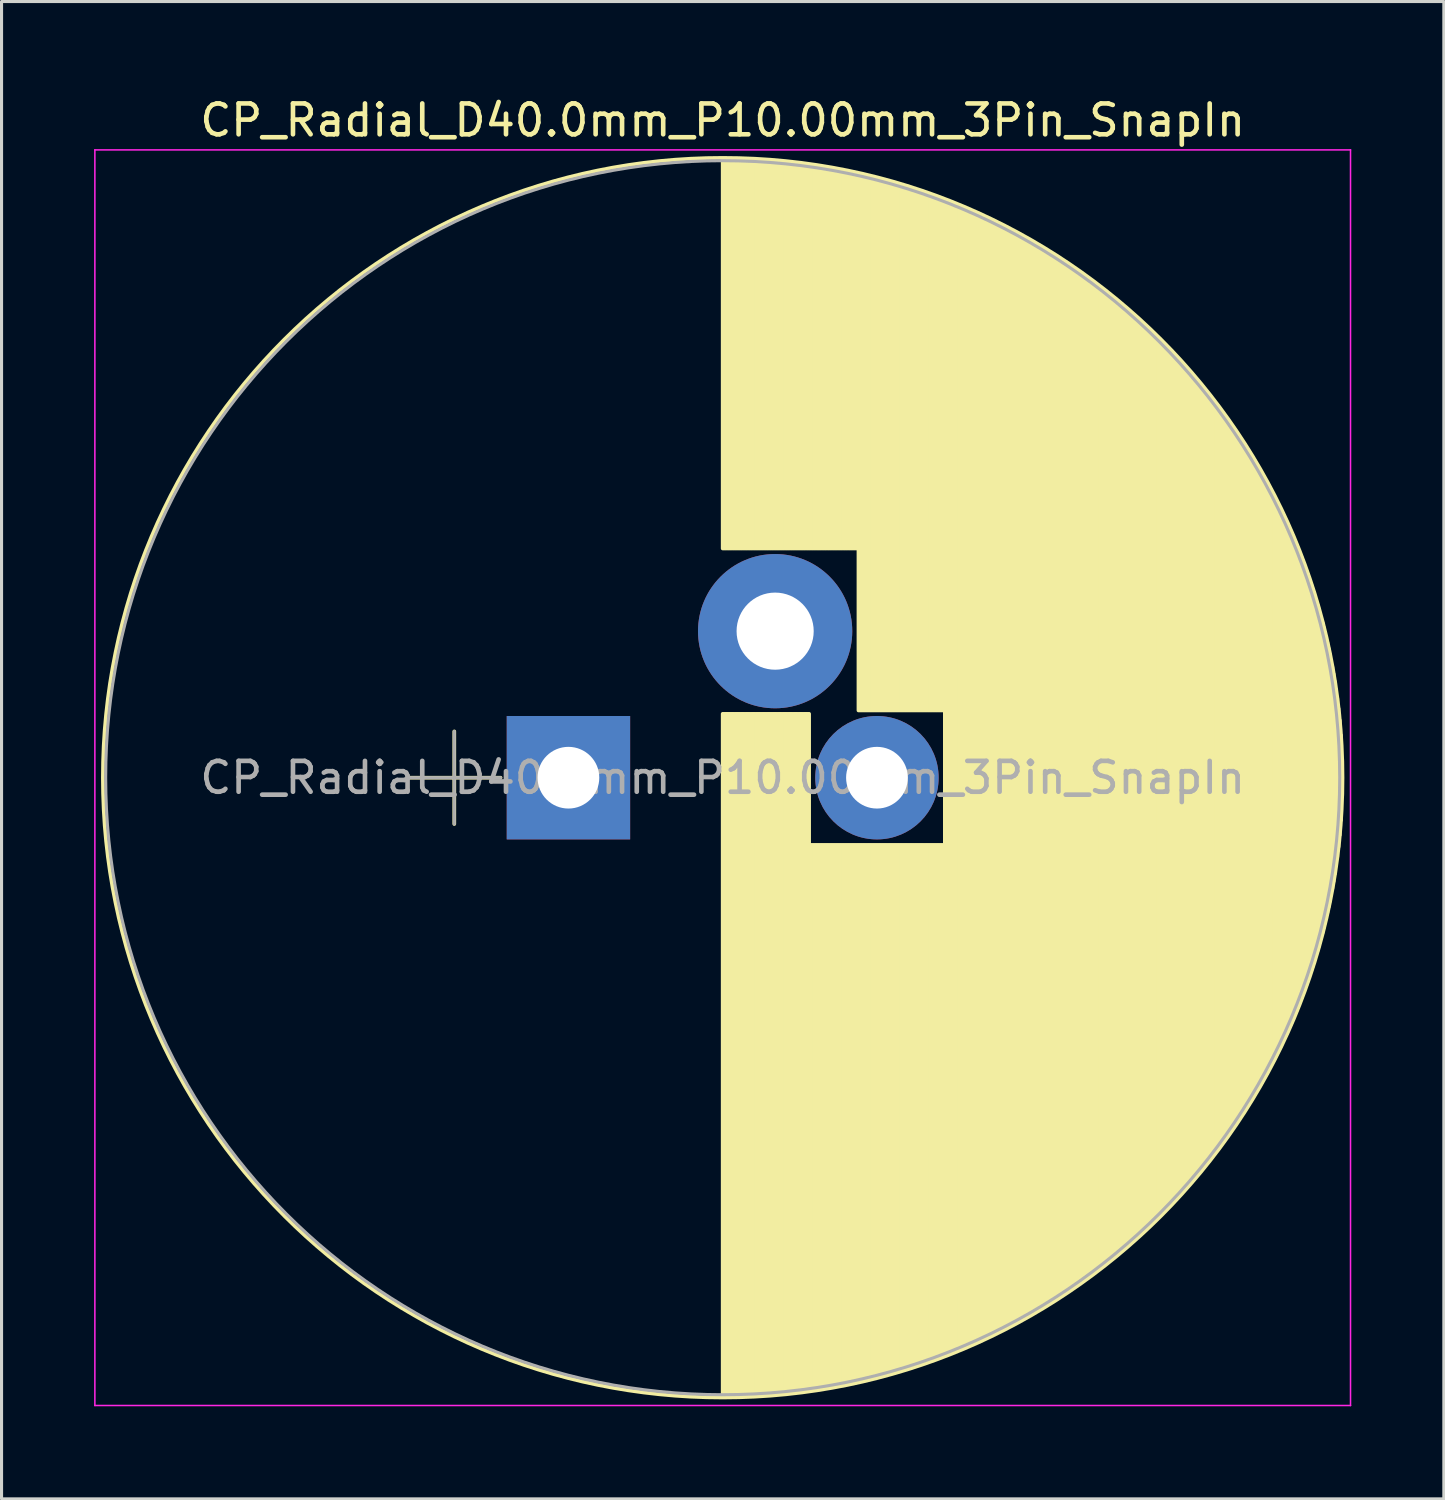
<source format=kicad_pcb>
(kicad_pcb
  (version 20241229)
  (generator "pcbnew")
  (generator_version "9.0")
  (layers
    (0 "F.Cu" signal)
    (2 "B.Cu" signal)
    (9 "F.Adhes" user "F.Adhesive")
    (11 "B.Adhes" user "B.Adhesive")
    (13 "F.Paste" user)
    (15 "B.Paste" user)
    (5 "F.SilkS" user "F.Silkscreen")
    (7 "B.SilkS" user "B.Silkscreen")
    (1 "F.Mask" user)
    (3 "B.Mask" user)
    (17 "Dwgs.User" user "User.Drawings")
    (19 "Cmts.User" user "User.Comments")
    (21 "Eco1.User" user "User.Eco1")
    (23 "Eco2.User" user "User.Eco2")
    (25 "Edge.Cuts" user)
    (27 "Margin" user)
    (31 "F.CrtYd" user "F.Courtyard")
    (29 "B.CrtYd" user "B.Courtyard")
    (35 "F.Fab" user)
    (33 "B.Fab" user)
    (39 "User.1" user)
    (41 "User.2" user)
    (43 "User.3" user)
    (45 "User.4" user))
  (footprint "CP_Radial_D40.0mm_P10.00mm_3Pin_SnapIn"
    (layer "F.Cu")
    (at 15.375 22.158)
    (property "Reference" "CP_Radial_D40.0mm_P10.00mm_3Pin_SnapIn" (at 5 -21.31 0) (layer "F.SilkS") (effects (font (size 1 1) (thickness 0.15))))
    (attr through_hole)
    (fp_line (start -5.2 0) (end -2.2 0) (stroke (width 0.12) (type solid)) (layer "F.SilkS"))
    (fp_line (start -3.7 -1.5) (end -3.7 1.5) (stroke (width 0.12) (type solid)) (layer "F.SilkS"))
    (fp_line (start 5 -20.05) (end 5 -7.43) (stroke (width 0.12) (type solid)) (layer "F.SilkS"))
    (fp_line (start 5 -2.07) (end 5 20.05) (stroke (width 0.12) (type solid)) (layer "F.SilkS"))
    (fp_line (start 5.04 -20.05) (end 5.04 -7.43) (stroke (width 0.12) (type solid)) (layer "F.SilkS"))
    (fp_line (start 5.04 -2.07) (end 5.04 20.05) (stroke (width 0.12) (type solid)) (layer "F.SilkS"))
    (fp_line (start 5.08 -20.05) (end 5.08 -7.43) (stroke (width 0.12) (type solid)) (layer "F.SilkS"))
    (fp_line (start 5.08 -2.07) (end 5.08 20.05) (stroke (width 0.12) (type solid)) (layer "F.SilkS"))
    (fp_line (start 5.12 -20.05) (end 5.12 -7.43) (stroke (width 0.12) (type solid)) (layer "F.SilkS"))
    (fp_line (start 5.12 -2.07) (end 5.12 20.05) (stroke (width 0.12) (type solid)) (layer "F.SilkS"))
    (fp_line (start 5.16 -20.05) (end 5.16 -7.43) (stroke (width 0.12) (type solid)) (layer "F.SilkS"))
    (fp_line (start 5.16 -2.07) (end 5.16 20.05) (stroke (width 0.12) (type solid)) (layer "F.SilkS"))
    (fp_line (start 5.2 -20.05) (end 5.2 -7.43) (stroke (width 0.12) (type solid)) (layer "F.SilkS"))
    (fp_line (start 5.2 -2.07) (end 5.2 20.05) (stroke (width 0.12) (type solid)) (layer "F.SilkS"))
    (fp_line (start 5.24 -20.049) (end 5.24 -7.43) (stroke (width 0.12) (type solid)) (layer "F.SilkS"))
    (fp_line (start 5.24 -2.07) (end 5.24 20.049) (stroke (width 0.12) (type solid)) (layer "F.SilkS"))
    (fp_line (start 5.28 -20.049) (end 5.28 -7.43) (stroke (width 0.12) (type solid)) (layer "F.SilkS"))
    (fp_line (start 5.28 -2.07) (end 5.28 20.049) (stroke (width 0.12) (type solid)) (layer "F.SilkS"))
    (fp_line (start 5.32 -20.048) (end 5.32 -7.43) (stroke (width 0.12) (type solid)) (layer "F.SilkS"))
    (fp_line (start 5.32 -2.07) (end 5.32 20.048) (stroke (width 0.12) (type solid)) (layer "F.SilkS"))
    (fp_line (start 5.36 -20.047) (end 5.36 -7.43) (stroke (width 0.12) (type solid)) (layer "F.SilkS"))
    (fp_line (start 5.36 -2.07) (end 5.36 20.047) (stroke (width 0.12) (type solid)) (layer "F.SilkS"))
    (fp_line (start 5.4 -20.047) (end 5.4 -7.43) (stroke (width 0.12) (type solid)) (layer "F.SilkS"))
    (fp_line (start 5.4 -2.07) (end 5.4 20.047) (stroke (width 0.12) (type solid)) (layer "F.SilkS"))
    (fp_line (start 5.44 -20.046) (end 5.44 -7.43) (stroke (width 0.12) (type solid)) (layer "F.SilkS"))
    (fp_line (start 5.44 -2.07) (end 5.44 20.046) (stroke (width 0.12) (type solid)) (layer "F.SilkS"))
    (fp_line (start 5.48 -20.045) (end 5.48 -7.43) (stroke (width 0.12) (type solid)) (layer "F.SilkS"))
    (fp_line (start 5.48 -2.07) (end 5.48 20.045) (stroke (width 0.12) (type solid)) (layer "F.SilkS"))
    (fp_line (start 5.52 -20.044) (end 5.52 -7.43) (stroke (width 0.12) (type solid)) (layer "F.SilkS"))
    (fp_line (start 5.52 -2.07) (end 5.52 20.044) (stroke (width 0.12) (type solid)) (layer "F.SilkS"))
    (fp_line (start 5.56 -20.043) (end 5.56 -7.43) (stroke (width 0.12) (type solid)) (layer "F.SilkS"))
    (fp_line (start 5.56 -2.07) (end 5.56 20.043) (stroke (width 0.12) (type solid)) (layer "F.SilkS"))
    (fp_line (start 5.6 -20.042) (end 5.6 -7.43) (stroke (width 0.12) (type solid)) (layer "F.SilkS"))
    (fp_line (start 5.6 -2.07) (end 5.6 20.042) (stroke (width 0.12) (type solid)) (layer "F.SilkS"))
    (fp_line (start 5.64 -20.04) (end 5.64 -7.43) (stroke (width 0.12) (type solid)) (layer "F.SilkS"))
    (fp_line (start 5.64 -2.07) (end 5.64 20.04) (stroke (width 0.12) (type solid)) (layer "F.SilkS"))
    (fp_line (start 5.68 -20.039) (end 5.68 -7.43) (stroke (width 0.12) (type solid)) (layer "F.SilkS"))
    (fp_line (start 5.68 -2.07) (end 5.68 20.039) (stroke (width 0.12) (type solid)) (layer "F.SilkS"))
    (fp_line (start 5.721 -20.038) (end 5.721 -7.43) (stroke (width 0.12) (type solid)) (layer "F.SilkS"))
    (fp_line (start 5.721 -2.07) (end 5.721 20.038) (stroke (width 0.12) (type solid)) (layer "F.SilkS"))
    (fp_line (start 5.761 -20.036) (end 5.761 -7.43) (stroke (width 0.12) (type solid)) (layer "F.SilkS"))
    (fp_line (start 5.761 -2.07) (end 5.761 20.036) (stroke (width 0.12) (type solid)) (layer "F.SilkS"))
    (fp_line (start 5.801 -20.035) (end 5.801 -7.43) (stroke (width 0.12) (type solid)) (layer "F.SilkS"))
    (fp_line (start 5.801 -2.07) (end 5.801 20.035) (stroke (width 0.12) (type solid)) (layer "F.SilkS"))
    (fp_line (start 5.841 -20.033) (end 5.841 -7.43) (stroke (width 0.12) (type solid)) (layer "F.SilkS"))
    (fp_line (start 5.841 -2.07) (end 5.841 20.033) (stroke (width 0.12) (type solid)) (layer "F.SilkS"))
    (fp_line (start 5.881 -20.031) (end 5.881 -7.43) (stroke (width 0.12) (type solid)) (layer "F.SilkS"))
    (fp_line (start 5.881 -2.07) (end 5.881 20.031) (stroke (width 0.12) (type solid)) (layer "F.SilkS"))
    (fp_line (start 5.921 -20.029) (end 5.921 -7.43) (stroke (width 0.12) (type solid)) (layer "F.SilkS"))
    (fp_line (start 5.921 -2.07) (end 5.921 20.029) (stroke (width 0.12) (type solid)) (layer "F.SilkS"))
    (fp_line (start 5.961 -20.028) (end 5.961 -7.43) (stroke (width 0.12) (type solid)) (layer "F.SilkS"))
    (fp_line (start 5.961 -2.07) (end 5.961 20.028) (stroke (width 0.12) (type solid)) (layer "F.SilkS"))
    (fp_line (start 6.001 -20.026) (end 6.001 -7.43) (stroke (width 0.12) (type solid)) (layer "F.SilkS"))
    (fp_line (start 6.001 -2.07) (end 6.001 20.026) (stroke (width 0.12) (type solid)) (layer "F.SilkS"))
    (fp_line (start 6.041 -20.024) (end 6.041 -7.43) (stroke (width 0.12) (type solid)) (layer "F.SilkS"))
    (fp_line (start 6.041 -2.07) (end 6.041 20.024) (stroke (width 0.12) (type solid)) (layer "F.SilkS"))
    (fp_line (start 6.081 -20.021) (end 6.081 -7.43) (stroke (width 0.12) (type solid)) (layer "F.SilkS"))
    (fp_line (start 6.081 -2.07) (end 6.081 20.021) (stroke (width 0.12) (type solid)) (layer "F.SilkS"))
    (fp_line (start 6.121 -20.019) (end 6.121 -7.43) (stroke (width 0.12) (type solid)) (layer "F.SilkS"))
    (fp_line (start 6.121 -2.07) (end 6.121 20.019) (stroke (width 0.12) (type solid)) (layer "F.SilkS"))
    (fp_line (start 6.161 -20.017) (end 6.161 -7.43) (stroke (width 0.12) (type solid)) (layer "F.SilkS"))
    (fp_line (start 6.161 -2.07) (end 6.161 20.017) (stroke (width 0.12) (type solid)) (layer "F.SilkS"))
    (fp_line (start 6.201 -20.015) (end 6.201 -7.43) (stroke (width 0.12) (type solid)) (layer "F.SilkS"))
    (fp_line (start 6.201 -2.07) (end 6.201 20.015) (stroke (width 0.12) (type solid)) (layer "F.SilkS"))
    (fp_line (start 6.241 -20.012) (end 6.241 -7.43) (stroke (width 0.12) (type solid)) (layer "F.SilkS"))
    (fp_line (start 6.241 -2.07) (end 6.241 20.012) (stroke (width 0.12) (type solid)) (layer "F.SilkS"))
    (fp_line (start 6.281 -20.01) (end 6.281 -7.43) (stroke (width 0.12) (type solid)) (layer "F.SilkS"))
    (fp_line (start 6.281 -2.07) (end 6.281 20.01) (stroke (width 0.12) (type solid)) (layer "F.SilkS"))
    (fp_line (start 6.321 -20.007) (end 6.321 -7.43) (stroke (width 0.12) (type solid)) (layer "F.SilkS"))
    (fp_line (start 6.321 -2.07) (end 6.321 20.007) (stroke (width 0.12) (type solid)) (layer "F.SilkS"))
    (fp_line (start 6.361 -20.004) (end 6.361 -7.43) (stroke (width 0.12) (type solid)) (layer "F.SilkS"))
    (fp_line (start 6.361 -2.07) (end 6.361 20.004) (stroke (width 0.12) (type solid)) (layer "F.SilkS"))
    (fp_line (start 6.401 -20.002) (end 6.401 -7.43) (stroke (width 0.12) (type solid)) (layer "F.SilkS"))
    (fp_line (start 6.401 -2.07) (end 6.401 20.002) (stroke (width 0.12) (type solid)) (layer "F.SilkS"))
    (fp_line (start 6.441 -19.999) (end 6.441 -7.43) (stroke (width 0.12) (type solid)) (layer "F.SilkS"))
    (fp_line (start 6.441 -2.07) (end 6.441 19.999) (stroke (width 0.12) (type solid)) (layer "F.SilkS"))
    (fp_line (start 6.481 -19.996) (end 6.481 -7.43) (stroke (width 0.12) (type solid)) (layer "F.SilkS"))
    (fp_line (start 6.481 -2.07) (end 6.481 19.996) (stroke (width 0.12) (type solid)) (layer "F.SilkS"))
    (fp_line (start 6.521 -19.993) (end 6.521 -7.43) (stroke (width 0.12) (type solid)) (layer "F.SilkS"))
    (fp_line (start 6.521 -2.07) (end 6.521 19.993) (stroke (width 0.12) (type solid)) (layer "F.SilkS"))
    (fp_line (start 6.561 -19.99) (end 6.561 -7.43) (stroke (width 0.12) (type solid)) (layer "F.SilkS"))
    (fp_line (start 6.561 -2.07) (end 6.561 19.99) (stroke (width 0.12) (type solid)) (layer "F.SilkS"))
    (fp_line (start 6.601 -19.987) (end 6.601 -7.43) (stroke (width 0.12) (type solid)) (layer "F.SilkS"))
    (fp_line (start 6.601 -2.07) (end 6.601 19.987) (stroke (width 0.12) (type solid)) (layer "F.SilkS"))
    (fp_line (start 6.641 -19.983) (end 6.641 -7.43) (stroke (width 0.12) (type solid)) (layer "F.SilkS"))
    (fp_line (start 6.641 -2.07) (end 6.641 19.983) (stroke (width 0.12) (type solid)) (layer "F.SilkS"))
    (fp_line (start 6.681 -19.98) (end 6.681 -7.43) (stroke (width 0.12) (type solid)) (layer "F.SilkS"))
    (fp_line (start 6.681 -2.07) (end 6.681 19.98) (stroke (width 0.12) (type solid)) (layer "F.SilkS"))
    (fp_line (start 6.721 -19.977) (end 6.721 -7.43) (stroke (width 0.12) (type solid)) (layer "F.SilkS"))
    (fp_line (start 6.721 -2.07) (end 6.721 19.977) (stroke (width 0.12) (type solid)) (layer "F.SilkS"))
    (fp_line (start 6.761 -19.973) (end 6.761 -7.43) (stroke (width 0.12) (type solid)) (layer "F.SilkS"))
    (fp_line (start 6.761 -2.07) (end 6.761 19.973) (stroke (width 0.12) (type solid)) (layer "F.SilkS"))
    (fp_line (start 6.801 -19.97) (end 6.801 -7.43) (stroke (width 0.12) (type solid)) (layer "F.SilkS"))
    (fp_line (start 6.801 -2.07) (end 6.801 19.97) (stroke (width 0.12) (type solid)) (layer "F.SilkS"))
    (fp_line (start 6.841 -19.966) (end 6.841 -7.43) (stroke (width 0.12) (type solid)) (layer "F.SilkS"))
    (fp_line (start 6.841 -2.07) (end 6.841 19.966) (stroke (width 0.12) (type solid)) (layer "F.SilkS"))
    (fp_line (start 6.881 -19.962) (end 6.881 -7.43) (stroke (width 0.12) (type solid)) (layer "F.SilkS"))
    (fp_line (start 6.881 -2.07) (end 6.881 19.962) (stroke (width 0.12) (type solid)) (layer "F.SilkS"))
    (fp_line (start 6.921 -19.959) (end 6.921 -7.43) (stroke (width 0.12) (type solid)) (layer "F.SilkS"))
    (fp_line (start 6.921 -2.07) (end 6.921 19.959) (stroke (width 0.12) (type solid)) (layer "F.SilkS"))
    (fp_line (start 6.961 -19.955) (end 6.961 -7.43) (stroke (width 0.12) (type solid)) (layer "F.SilkS"))
    (fp_line (start 6.961 -2.07) (end 6.961 19.955) (stroke (width 0.12) (type solid)) (layer "F.SilkS"))
    (fp_line (start 7.001 -19.951) (end 7.001 -7.43) (stroke (width 0.12) (type solid)) (layer "F.SilkS"))
    (fp_line (start 7.001 -2.07) (end 7.001 19.951) (stroke (width 0.12) (type solid)) (layer "F.SilkS"))
    (fp_line (start 7.041 -19.947) (end 7.041 -7.43) (stroke (width 0.12) (type solid)) (layer "F.SilkS"))
    (fp_line (start 7.041 -2.07) (end 7.041 19.947) (stroke (width 0.12) (type solid)) (layer "F.SilkS"))
    (fp_line (start 7.081 -19.943) (end 7.081 -7.43) (stroke (width 0.12) (type solid)) (layer "F.SilkS"))
    (fp_line (start 7.081 -2.07) (end 7.081 19.943) (stroke (width 0.12) (type solid)) (layer "F.SilkS"))
    (fp_line (start 7.121 -19.938) (end 7.121 -7.43) (stroke (width 0.12) (type solid)) (layer "F.SilkS"))
    (fp_line (start 7.121 -2.07) (end 7.121 19.938) (stroke (width 0.12) (type solid)) (layer "F.SilkS"))
    (fp_line (start 7.161 -19.934) (end 7.161 -7.43) (stroke (width 0.12) (type solid)) (layer "F.SilkS"))
    (fp_line (start 7.161 -2.07) (end 7.161 19.934) (stroke (width 0.12) (type solid)) (layer "F.SilkS"))
    (fp_line (start 7.201 -19.93) (end 7.201 -7.43) (stroke (width 0.12) (type solid)) (layer "F.SilkS"))
    (fp_line (start 7.201 -2.07) (end 7.201 19.93) (stroke (width 0.12) (type solid)) (layer "F.SilkS"))
    (fp_line (start 7.241 -19.925) (end 7.241 -7.43) (stroke (width 0.12) (type solid)) (layer "F.SilkS"))
    (fp_line (start 7.241 -2.07) (end 7.241 19.925) (stroke (width 0.12) (type solid)) (layer "F.SilkS"))
    (fp_line (start 7.281 -19.921) (end 7.281 -7.43) (stroke (width 0.12) (type solid)) (layer "F.SilkS"))
    (fp_line (start 7.281 -2.07) (end 7.281 19.921) (stroke (width 0.12) (type solid)) (layer "F.SilkS"))
    (fp_line (start 7.321 -19.916) (end 7.321 -7.43) (stroke (width 0.12) (type solid)) (layer "F.SilkS"))
    (fp_line (start 7.321 -2.07) (end 7.321 19.916) (stroke (width 0.12) (type solid)) (layer "F.SilkS"))
    (fp_line (start 7.361 -19.911) (end 7.361 -7.43) (stroke (width 0.12) (type solid)) (layer "F.SilkS"))
    (fp_line (start 7.361 -2.07) (end 7.361 19.911) (stroke (width 0.12) (type solid)) (layer "F.SilkS"))
    (fp_line (start 7.401 -19.907) (end 7.401 -7.43) (stroke (width 0.12) (type solid)) (layer "F.SilkS"))
    (fp_line (start 7.401 -2.07) (end 7.401 19.907) (stroke (width 0.12) (type solid)) (layer "F.SilkS"))
    (fp_line (start 7.441 -19.902) (end 7.441 -7.43) (stroke (width 0.12) (type solid)) (layer "F.SilkS"))
    (fp_line (start 7.441 -2.07) (end 7.441 19.902) (stroke (width 0.12) (type solid)) (layer "F.SilkS"))
    (fp_line (start 7.481 -19.897) (end 7.481 -7.43) (stroke (width 0.12) (type solid)) (layer "F.SilkS"))
    (fp_line (start 7.481 -2.07) (end 7.481 19.897) (stroke (width 0.12) (type solid)) (layer "F.SilkS"))
    (fp_line (start 7.521 -19.892) (end 7.521 -7.43) (stroke (width 0.12) (type solid)) (layer "F.SilkS"))
    (fp_line (start 7.521 -2.07) (end 7.521 19.892) (stroke (width 0.12) (type solid)) (layer "F.SilkS"))
    (fp_line (start 7.561 -19.887) (end 7.561 -7.43) (stroke (width 0.12) (type solid)) (layer "F.SilkS"))
    (fp_line (start 7.561 -2.07) (end 7.561 19.887) (stroke (width 0.12) (type solid)) (layer "F.SilkS"))
    (fp_line (start 7.601 -19.882) (end 7.601 -7.43) (stroke (width 0.12) (type solid)) (layer "F.SilkS"))
    (fp_line (start 7.601 -2.07) (end 7.601 19.882) (stroke (width 0.12) (type solid)) (layer "F.SilkS"))
    (fp_line (start 7.641 -19.876) (end 7.641 -7.43) (stroke (width 0.12) (type solid)) (layer "F.SilkS"))
    (fp_line (start 7.641 -2.07) (end 7.641 19.876) (stroke (width 0.12) (type solid)) (layer "F.SilkS"))
    (fp_line (start 7.681 -19.871) (end 7.681 -7.43) (stroke (width 0.12) (type solid)) (layer "F.SilkS"))
    (fp_line (start 7.681 -2.07) (end 7.681 19.871) (stroke (width 0.12) (type solid)) (layer "F.SilkS"))
    (fp_line (start 7.721 -19.866) (end 7.721 -7.43) (stroke (width 0.12) (type solid)) (layer "F.SilkS"))
    (fp_line (start 7.721 -2.07) (end 7.721 19.866) (stroke (width 0.12) (type solid)) (layer "F.SilkS"))
    (fp_line (start 7.761 -19.86) (end 7.761 -7.43) (stroke (width 0.12) (type solid)) (layer "F.SilkS"))
    (fp_line (start 7.761 -2.07) (end 7.761 19.86) (stroke (width 0.12) (type solid)) (layer "F.SilkS"))
    (fp_line (start 7.801 -19.854) (end 7.801 -7.43) (stroke (width 0.12) (type solid)) (layer "F.SilkS"))
    (fp_line (start 7.801 -2.07) (end 7.801 19.854) (stroke (width 0.12) (type solid)) (layer "F.SilkS"))
    (fp_line (start 7.841 -19.849) (end 7.841 -7.43) (stroke (width 0.12) (type solid)) (layer "F.SilkS"))
    (fp_line (start 7.841 2.18) (end 7.841 19.849) (stroke (width 0.12) (type solid)) (layer "F.SilkS"))
    (fp_line (start 7.881 -19.843) (end 7.881 -7.43) (stroke (width 0.12) (type solid)) (layer "F.SilkS"))
    (fp_line (start 7.881 2.18) (end 7.881 19.843) (stroke (width 0.12) (type solid)) (layer "F.SilkS"))
    (fp_line (start 7.921 -19.837) (end 7.921 -7.43) (stroke (width 0.12) (type solid)) (layer "F.SilkS"))
    (fp_line (start 7.921 2.18) (end 7.921 19.837) (stroke (width 0.12) (type solid)) (layer "F.SilkS"))
    (fp_line (start 7.961 -19.831) (end 7.961 -7.43) (stroke (width 0.12) (type solid)) (layer "F.SilkS"))
    (fp_line (start 7.961 2.18) (end 7.961 19.831) (stroke (width 0.12) (type solid)) (layer "F.SilkS"))
    (fp_line (start 8.001 -19.825) (end 8.001 -7.43) (stroke (width 0.12) (type solid)) (layer "F.SilkS"))
    (fp_line (start 8.001 2.18) (end 8.001 19.825) (stroke (width 0.12) (type solid)) (layer "F.SilkS"))
    (fp_line (start 8.041 -19.819) (end 8.041 -7.43) (stroke (width 0.12) (type solid)) (layer "F.SilkS"))
    (fp_line (start 8.041 2.18) (end 8.041 19.819) (stroke (width 0.12) (type solid)) (layer "F.SilkS"))
    (fp_line (start 8.081 -19.813) (end 8.081 -7.43) (stroke (width 0.12) (type solid)) (layer "F.SilkS"))
    (fp_line (start 8.081 2.18) (end 8.081 19.813) (stroke (width 0.12) (type solid)) (layer "F.SilkS"))
    (fp_line (start 8.121 -19.807) (end 8.121 -7.43) (stroke (width 0.12) (type solid)) (layer "F.SilkS"))
    (fp_line (start 8.121 2.18) (end 8.121 19.807) (stroke (width 0.12) (type solid)) (layer "F.SilkS"))
    (fp_line (start 8.161 -19.8) (end 8.161 -7.43) (stroke (width 0.12) (type solid)) (layer "F.SilkS"))
    (fp_line (start 8.161 2.18) (end 8.161 19.8) (stroke (width 0.12) (type solid)) (layer "F.SilkS"))
    (fp_line (start 8.201 -19.794) (end 8.201 -7.43) (stroke (width 0.12) (type solid)) (layer "F.SilkS"))
    (fp_line (start 8.201 2.18) (end 8.201 19.794) (stroke (width 0.12) (type solid)) (layer "F.SilkS"))
    (fp_line (start 8.241 -19.788) (end 8.241 -7.43) (stroke (width 0.12) (type solid)) (layer "F.SilkS"))
    (fp_line (start 8.241 2.18) (end 8.241 19.788) (stroke (width 0.12) (type solid)) (layer "F.SilkS"))
    (fp_line (start 8.281 -19.781) (end 8.281 -7.43) (stroke (width 0.12) (type solid)) (layer "F.SilkS"))
    (fp_line (start 8.281 2.18) (end 8.281 19.781) (stroke (width 0.12) (type solid)) (layer "F.SilkS"))
    (fp_line (start 8.321 -19.774) (end 8.321 -7.43) (stroke (width 0.12) (type solid)) (layer "F.SilkS"))
    (fp_line (start 8.321 2.18) (end 8.321 19.774) (stroke (width 0.12) (type solid)) (layer "F.SilkS"))
    (fp_line (start 8.361 -19.768) (end 8.361 -7.43) (stroke (width 0.12) (type solid)) (layer "F.SilkS"))
    (fp_line (start 8.361 2.18) (end 8.361 19.768) (stroke (width 0.12) (type solid)) (layer "F.SilkS"))
    (fp_line (start 8.401 -19.761) (end 8.401 -7.43) (stroke (width 0.12) (type solid)) (layer "F.SilkS"))
    (fp_line (start 8.401 2.18) (end 8.401 19.761) (stroke (width 0.12) (type solid)) (layer "F.SilkS"))
    (fp_line (start 8.441 -19.754) (end 8.441 -7.43) (stroke (width 0.12) (type solid)) (layer "F.SilkS"))
    (fp_line (start 8.441 2.18) (end 8.441 19.754) (stroke (width 0.12) (type solid)) (layer "F.SilkS"))
    (fp_line (start 8.481 -19.747) (end 8.481 -7.43) (stroke (width 0.12) (type solid)) (layer "F.SilkS"))
    (fp_line (start 8.481 2.18) (end 8.481 19.747) (stroke (width 0.12) (type solid)) (layer "F.SilkS"))
    (fp_line (start 8.521 -19.74) (end 8.521 -7.43) (stroke (width 0.12) (type solid)) (layer "F.SilkS"))
    (fp_line (start 8.521 2.18) (end 8.521 19.74) (stroke (width 0.12) (type solid)) (layer "F.SilkS"))
    (fp_line (start 8.561 -19.733) (end 8.561 -7.43) (stroke (width 0.12) (type solid)) (layer "F.SilkS"))
    (fp_line (start 8.561 2.18) (end 8.561 19.733) (stroke (width 0.12) (type solid)) (layer "F.SilkS"))
    (fp_line (start 8.601 -19.725) (end 8.601 -7.43) (stroke (width 0.12) (type solid)) (layer "F.SilkS"))
    (fp_line (start 8.601 2.18) (end 8.601 19.725) (stroke (width 0.12) (type solid)) (layer "F.SilkS"))
    (fp_line (start 8.641 -19.718) (end 8.641 -7.43) (stroke (width 0.12) (type solid)) (layer "F.SilkS"))
    (fp_line (start 8.641 2.18) (end 8.641 19.718) (stroke (width 0.12) (type solid)) (layer "F.SilkS"))
    (fp_line (start 8.681 -19.711) (end 8.681 -7.43) (stroke (width 0.12) (type solid)) (layer "F.SilkS"))
    (fp_line (start 8.681 2.18) (end 8.681 19.711) (stroke (width 0.12) (type solid)) (layer "F.SilkS"))
    (fp_line (start 8.721 -19.703) (end 8.721 -7.43) (stroke (width 0.12) (type solid)) (layer "F.SilkS"))
    (fp_line (start 8.721 2.18) (end 8.721 19.703) (stroke (width 0.12) (type solid)) (layer "F.SilkS"))
    (fp_line (start 8.761 -19.696) (end 8.761 -7.43) (stroke (width 0.12) (type solid)) (layer "F.SilkS"))
    (fp_line (start 8.761 2.18) (end 8.761 19.696) (stroke (width 0.12) (type solid)) (layer "F.SilkS"))
    (fp_line (start 8.801 -19.688) (end 8.801 -7.43) (stroke (width 0.12) (type solid)) (layer "F.SilkS"))
    (fp_line (start 8.801 2.18) (end 8.801 19.688) (stroke (width 0.12) (type solid)) (layer "F.SilkS"))
    (fp_line (start 8.841 -19.68) (end 8.841 -7.43) (stroke (width 0.12) (type solid)) (layer "F.SilkS"))
    (fp_line (start 8.841 2.18) (end 8.841 19.68) (stroke (width 0.12) (type solid)) (layer "F.SilkS"))
    (fp_line (start 8.881 -19.672) (end 8.881 -7.43) (stroke (width 0.12) (type solid)) (layer "F.SilkS"))
    (fp_line (start 8.881 2.18) (end 8.881 19.672) (stroke (width 0.12) (type solid)) (layer "F.SilkS"))
    (fp_line (start 8.921 -19.664) (end 8.921 -7.43) (stroke (width 0.12) (type solid)) (layer "F.SilkS"))
    (fp_line (start 8.921 2.18) (end 8.921 19.664) (stroke (width 0.12) (type solid)) (layer "F.SilkS"))
    (fp_line (start 8.961 -19.656) (end 8.961 -7.43) (stroke (width 0.12) (type solid)) (layer "F.SilkS"))
    (fp_line (start 8.961 2.18) (end 8.961 19.656) (stroke (width 0.12) (type solid)) (layer "F.SilkS"))
    (fp_line (start 9.001 -19.648) (end 9.001 -7.43) (stroke (width 0.12) (type solid)) (layer "F.SilkS"))
    (fp_line (start 9.001 2.18) (end 9.001 19.648) (stroke (width 0.12) (type solid)) (layer "F.SilkS"))
    (fp_line (start 9.041 -19.64) (end 9.041 -7.43) (stroke (width 0.12) (type solid)) (layer "F.SilkS"))
    (fp_line (start 9.041 2.18) (end 9.041 19.64) (stroke (width 0.12) (type solid)) (layer "F.SilkS"))
    (fp_line (start 9.081 -19.632) (end 9.081 -7.43) (stroke (width 0.12) (type solid)) (layer "F.SilkS"))
    (fp_line (start 9.081 2.18) (end 9.081 19.632) (stroke (width 0.12) (type solid)) (layer "F.SilkS"))
    (fp_line (start 9.121 -19.624) (end 9.121 -7.43) (stroke (width 0.12) (type solid)) (layer "F.SilkS"))
    (fp_line (start 9.121 2.18) (end 9.121 19.624) (stroke (width 0.12) (type solid)) (layer "F.SilkS"))
    (fp_line (start 9.161 -19.615) (end 9.161 -7.43) (stroke (width 0.12) (type solid)) (layer "F.SilkS"))
    (fp_line (start 9.161 2.18) (end 9.161 19.615) (stroke (width 0.12) (type solid)) (layer "F.SilkS"))
    (fp_line (start 9.201 -19.607) (end 9.201 -7.43) (stroke (width 0.12) (type solid)) (layer "F.SilkS"))
    (fp_line (start 9.201 2.18) (end 9.201 19.607) (stroke (width 0.12) (type solid)) (layer "F.SilkS"))
    (fp_line (start 9.241 -19.598) (end 9.241 -7.43) (stroke (width 0.12) (type solid)) (layer "F.SilkS"))
    (fp_line (start 9.241 2.18) (end 9.241 19.598) (stroke (width 0.12) (type solid)) (layer "F.SilkS"))
    (fp_line (start 9.281 -19.589) (end 9.281 -7.43) (stroke (width 0.12) (type solid)) (layer "F.SilkS"))
    (fp_line (start 9.281 2.18) (end 9.281 19.589) (stroke (width 0.12) (type solid)) (layer "F.SilkS"))
    (fp_line (start 9.321 -19.581) (end 9.321 -7.43) (stroke (width 0.12) (type solid)) (layer "F.SilkS"))
    (fp_line (start 9.321 2.18) (end 9.321 19.581) (stroke (width 0.12) (type solid)) (layer "F.SilkS"))
    (fp_line (start 9.361 -19.572) (end 9.361 -7.43) (stroke (width 0.12) (type solid)) (layer "F.SilkS"))
    (fp_line (start 9.361 2.18) (end 9.361 19.572) (stroke (width 0.12) (type solid)) (layer "F.SilkS"))
    (fp_line (start 9.401 -19.563) (end 9.401 -2.18) (stroke (width 0.12) (type solid)) (layer "F.SilkS"))
    (fp_line (start 9.401 2.18) (end 9.401 19.563) (stroke (width 0.12) (type solid)) (layer "F.SilkS"))
    (fp_line (start 9.441 -19.554) (end 9.441 -2.18) (stroke (width 0.12) (type solid)) (layer "F.SilkS"))
    (fp_line (start 9.441 2.18) (end 9.441 19.554) (stroke (width 0.12) (type solid)) (layer "F.SilkS"))
    (fp_line (start 9.481 -19.545) (end 9.481 -2.18) (stroke (width 0.12) (type solid)) (layer "F.SilkS"))
    (fp_line (start 9.481 2.18) (end 9.481 19.545) (stroke (width 0.12) (type solid)) (layer "F.SilkS"))
    (fp_line (start 9.521 -19.535) (end 9.521 -2.18) (stroke (width 0.12) (type solid)) (layer "F.SilkS"))
    (fp_line (start 9.521 2.18) (end 9.521 19.535) (stroke (width 0.12) (type solid)) (layer "F.SilkS"))
    (fp_line (start 9.561 -19.526) (end 9.561 -2.18) (stroke (width 0.12) (type solid)) (layer "F.SilkS"))
    (fp_line (start 9.561 2.18) (end 9.561 19.526) (stroke (width 0.12) (type solid)) (layer "F.SilkS"))
    (fp_line (start 9.601 -19.517) (end 9.601 -2.18) (stroke (width 0.12) (type solid)) (layer "F.SilkS"))
    (fp_line (start 9.601 2.18) (end 9.601 19.517) (stroke (width 0.12) (type solid)) (layer "F.SilkS"))
    (fp_line (start 9.641 -19.507) (end 9.641 -2.18) (stroke (width 0.12) (type solid)) (layer "F.SilkS"))
    (fp_line (start 9.641 2.18) (end 9.641 19.507) (stroke (width 0.12) (type solid)) (layer "F.SilkS"))
    (fp_line (start 9.681 -19.498) (end 9.681 -2.18) (stroke (width 0.12) (type solid)) (layer "F.SilkS"))
    (fp_line (start 9.681 2.18) (end 9.681 19.498) (stroke (width 0.12) (type solid)) (layer "F.SilkS"))
    (fp_line (start 9.721 -19.488) (end 9.721 -2.18) (stroke (width 0.12) (type solid)) (layer "F.SilkS"))
    (fp_line (start 9.721 2.18) (end 9.721 19.488) (stroke (width 0.12) (type solid)) (layer "F.SilkS"))
    (fp_line (start 9.761 -19.478) (end 9.761 -2.18) (stroke (width 0.12) (type solid)) (layer "F.SilkS"))
    (fp_line (start 9.761 2.18) (end 9.761 19.478) (stroke (width 0.12) (type solid)) (layer "F.SilkS"))
    (fp_line (start 9.801 -19.469) (end 9.801 -2.18) (stroke (width 0.12) (type solid)) (layer "F.SilkS"))
    (fp_line (start 9.801 2.18) (end 9.801 19.469) (stroke (width 0.12) (type solid)) (layer "F.SilkS"))
    (fp_line (start 9.841 -19.459) (end 9.841 -2.18) (stroke (width 0.12) (type solid)) (layer "F.SilkS"))
    (fp_line (start 9.841 2.18) (end 9.841 19.459) (stroke (width 0.12) (type solid)) (layer "F.SilkS"))
    (fp_line (start 9.881 -19.449) (end 9.881 -2.18) (stroke (width 0.12) (type solid)) (layer "F.SilkS"))
    (fp_line (start 9.881 2.18) (end 9.881 19.449) (stroke (width 0.12) (type solid)) (layer "F.SilkS"))
    (fp_line (start 9.921 -19.439) (end 9.921 -2.18) (stroke (width 0.12) (type solid)) (layer "F.SilkS"))
    (fp_line (start 9.921 2.18) (end 9.921 19.439) (stroke (width 0.12) (type solid)) (layer "F.SilkS"))
    (fp_line (start 9.961 -19.429) (end 9.961 -2.18) (stroke (width 0.12) (type solid)) (layer "F.SilkS"))
    (fp_line (start 9.961 2.18) (end 9.961 19.429) (stroke (width 0.12) (type solid)) (layer "F.SilkS"))
    (fp_line (start 10.001 -19.418) (end 10.001 -2.18) (stroke (width 0.12) (type solid)) (layer "F.SilkS"))
    (fp_line (start 10.001 2.18) (end 10.001 19.418) (stroke (width 0.12) (type solid)) (layer "F.SilkS"))
    (fp_line (start 10.041 -19.408) (end 10.041 -2.18) (stroke (width 0.12) (type solid)) (layer "F.SilkS"))
    (fp_line (start 10.041 2.18) (end 10.041 19.408) (stroke (width 0.12) (type solid)) (layer "F.SilkS"))
    (fp_line (start 10.081 -19.398) (end 10.081 -2.18) (stroke (width 0.12) (type solid)) (layer "F.SilkS"))
    (fp_line (start 10.081 2.18) (end 10.081 19.398) (stroke (width 0.12) (type solid)) (layer "F.SilkS"))
    (fp_line (start 10.121 -19.387) (end 10.121 -2.18) (stroke (width 0.12) (type solid)) (layer "F.SilkS"))
    (fp_line (start 10.121 2.18) (end 10.121 19.387) (stroke (width 0.12) (type solid)) (layer "F.SilkS"))
    (fp_line (start 10.161 -19.377) (end 10.161 -2.18) (stroke (width 0.12) (type solid)) (layer "F.SilkS"))
    (fp_line (start 10.161 2.18) (end 10.161 19.377) (stroke (width 0.12) (type solid)) (layer "F.SilkS"))
    (fp_line (start 10.201 -19.366) (end 10.201 -2.18) (stroke (width 0.12) (type solid)) (layer "F.SilkS"))
    (fp_line (start 10.201 2.18) (end 10.201 19.366) (stroke (width 0.12) (type solid)) (layer "F.SilkS"))
    (fp_line (start 10.241 -19.355) (end 10.241 -2.18) (stroke (width 0.12) (type solid)) (layer "F.SilkS"))
    (fp_line (start 10.241 2.18) (end 10.241 19.355) (stroke (width 0.12) (type solid)) (layer "F.SilkS"))
    (fp_line (start 10.281 -19.344) (end 10.281 -2.18) (stroke (width 0.12) (type solid)) (layer "F.SilkS"))
    (fp_line (start 10.281 2.18) (end 10.281 19.344) (stroke (width 0.12) (type solid)) (layer "F.SilkS"))
    (fp_line (start 10.321 -19.333) (end 10.321 -2.18) (stroke (width 0.12) (type solid)) (layer "F.SilkS"))
    (fp_line (start 10.321 2.18) (end 10.321 19.333) (stroke (width 0.12) (type solid)) (layer "F.SilkS"))
    (fp_line (start 10.361 -19.322) (end 10.361 -2.18) (stroke (width 0.12) (type solid)) (layer "F.SilkS"))
    (fp_line (start 10.361 2.18) (end 10.361 19.322) (stroke (width 0.12) (type solid)) (layer "F.SilkS"))
    (fp_line (start 10.401 -19.311) (end 10.401 -2.18) (stroke (width 0.12) (type solid)) (layer "F.SilkS"))
    (fp_line (start 10.401 2.18) (end 10.401 19.311) (stroke (width 0.12) (type solid)) (layer "F.SilkS"))
    (fp_line (start 10.441 -19.3) (end 10.441 -2.18) (stroke (width 0.12) (type solid)) (layer "F.SilkS"))
    (fp_line (start 10.441 2.18) (end 10.441 19.3) (stroke (width 0.12) (type solid)) (layer "F.SilkS"))
    (fp_line (start 10.481 -19.289) (end 10.481 -2.18) (stroke (width 0.12) (type solid)) (layer "F.SilkS"))
    (fp_line (start 10.481 2.18) (end 10.481 19.289) (stroke (width 0.12) (type solid)) (layer "F.SilkS"))
    (fp_line (start 10.521 -19.277) (end 10.521 -2.18) (stroke (width 0.12) (type solid)) (layer "F.SilkS"))
    (fp_line (start 10.521 2.18) (end 10.521 19.277) (stroke (width 0.12) (type solid)) (layer "F.SilkS"))
    (fp_line (start 10.561 -19.266) (end 10.561 -2.18) (stroke (width 0.12) (type solid)) (layer "F.SilkS"))
    (fp_line (start 10.561 2.18) (end 10.561 19.266) (stroke (width 0.12) (type solid)) (layer "F.SilkS"))
    (fp_line (start 10.601 -19.254) (end 10.601 -2.18) (stroke (width 0.12) (type solid)) (layer "F.SilkS"))
    (fp_line (start 10.601 2.18) (end 10.601 19.254) (stroke (width 0.12) (type solid)) (layer "F.SilkS"))
    (fp_line (start 10.641 -19.243) (end 10.641 -2.18) (stroke (width 0.12) (type solid)) (layer "F.SilkS"))
    (fp_line (start 10.641 2.18) (end 10.641 19.243) (stroke (width 0.12) (type solid)) (layer "F.SilkS"))
    (fp_line (start 10.681 -19.231) (end 10.681 -2.18) (stroke (width 0.12) (type solid)) (layer "F.SilkS"))
    (fp_line (start 10.681 2.18) (end 10.681 19.231) (stroke (width 0.12) (type solid)) (layer "F.SilkS"))
    (fp_line (start 10.721 -19.219) (end 10.721 -2.18) (stroke (width 0.12) (type solid)) (layer "F.SilkS"))
    (fp_line (start 10.721 2.18) (end 10.721 19.219) (stroke (width 0.12) (type solid)) (layer "F.SilkS"))
    (fp_line (start 10.761 -19.207) (end 10.761 -2.18) (stroke (width 0.12) (type solid)) (layer "F.SilkS"))
    (fp_line (start 10.761 2.18) (end 10.761 19.207) (stroke (width 0.12) (type solid)) (layer "F.SilkS"))
    (fp_line (start 10.801 -19.195) (end 10.801 -2.18) (stroke (width 0.12) (type solid)) (layer "F.SilkS"))
    (fp_line (start 10.801 2.18) (end 10.801 19.195) (stroke (width 0.12) (type solid)) (layer "F.SilkS"))
    (fp_line (start 10.841 -19.183) (end 10.841 -2.18) (stroke (width 0.12) (type solid)) (layer "F.SilkS"))
    (fp_line (start 10.841 2.18) (end 10.841 19.183) (stroke (width 0.12) (type solid)) (layer "F.SilkS"))
    (fp_line (start 10.881 -19.171) (end 10.881 -2.18) (stroke (width 0.12) (type solid)) (layer "F.SilkS"))
    (fp_line (start 10.881 2.18) (end 10.881 19.171) (stroke (width 0.12) (type solid)) (layer "F.SilkS"))
    (fp_line (start 10.921 -19.158) (end 10.921 -2.18) (stroke (width 0.12) (type solid)) (layer "F.SilkS"))
    (fp_line (start 10.921 2.18) (end 10.921 19.158) (stroke (width 0.12) (type solid)) (layer "F.SilkS"))
    (fp_line (start 10.961 -19.146) (end 10.961 -2.18) (stroke (width 0.12) (type solid)) (layer "F.SilkS"))
    (fp_line (start 10.961 2.18) (end 10.961 19.146) (stroke (width 0.12) (type solid)) (layer "F.SilkS"))
    (fp_line (start 11.001 -19.134) (end 11.001 -2.18) (stroke (width 0.12) (type solid)) (layer "F.SilkS"))
    (fp_line (start 11.001 2.18) (end 11.001 19.134) (stroke (width 0.12) (type solid)) (layer "F.SilkS"))
    (fp_line (start 11.041 -19.121) (end 11.041 -2.18) (stroke (width 0.12) (type solid)) (layer "F.SilkS"))
    (fp_line (start 11.041 2.18) (end 11.041 19.121) (stroke (width 0.12) (type solid)) (layer "F.SilkS"))
    (fp_line (start 11.081 -19.108) (end 11.081 -2.18) (stroke (width 0.12) (type solid)) (layer "F.SilkS"))
    (fp_line (start 11.081 2.18) (end 11.081 19.108) (stroke (width 0.12) (type solid)) (layer "F.SilkS"))
    (fp_line (start 11.121 -19.096) (end 11.121 -2.18) (stroke (width 0.12) (type solid)) (layer "F.SilkS"))
    (fp_line (start 11.121 2.18) (end 11.121 19.096) (stroke (width 0.12) (type solid)) (layer "F.SilkS"))
    (fp_line (start 11.161 -19.083) (end 11.161 -2.18) (stroke (width 0.12) (type solid)) (layer "F.SilkS"))
    (fp_line (start 11.161 2.18) (end 11.161 19.083) (stroke (width 0.12) (type solid)) (layer "F.SilkS"))
    (fp_line (start 11.201 -19.07) (end 11.201 -2.18) (stroke (width 0.12) (type solid)) (layer "F.SilkS"))
    (fp_line (start 11.201 2.18) (end 11.201 19.07) (stroke (width 0.12) (type solid)) (layer "F.SilkS"))
    (fp_line (start 11.241 -19.057) (end 11.241 -2.18) (stroke (width 0.12) (type solid)) (layer "F.SilkS"))
    (fp_line (start 11.241 2.18) (end 11.241 19.057) (stroke (width 0.12) (type solid)) (layer "F.SilkS"))
    (fp_line (start 11.281 -19.044) (end 11.281 -2.18) (stroke (width 0.12) (type solid)) (layer "F.SilkS"))
    (fp_line (start 11.281 2.18) (end 11.281 19.044) (stroke (width 0.12) (type solid)) (layer "F.SilkS"))
    (fp_line (start 11.321 -19.031) (end 11.321 -2.18) (stroke (width 0.12) (type solid)) (layer "F.SilkS"))
    (fp_line (start 11.321 2.18) (end 11.321 19.031) (stroke (width 0.12) (type solid)) (layer "F.SilkS"))
    (fp_line (start 11.361 -19.017) (end 11.361 -2.18) (stroke (width 0.12) (type solid)) (layer "F.SilkS"))
    (fp_line (start 11.361 2.18) (end 11.361 19.017) (stroke (width 0.12) (type solid)) (layer "F.SilkS"))
    (fp_line (start 11.401 -19.004) (end 11.401 -2.18) (stroke (width 0.12) (type solid)) (layer "F.SilkS"))
    (fp_line (start 11.401 2.18) (end 11.401 19.004) (stroke (width 0.12) (type solid)) (layer "F.SilkS"))
    (fp_line (start 11.441 -18.99) (end 11.441 -2.18) (stroke (width 0.12) (type solid)) (layer "F.SilkS"))
    (fp_line (start 11.441 2.18) (end 11.441 18.99) (stroke (width 0.12) (type solid)) (layer "F.SilkS"))
    (fp_line (start 11.481 -18.977) (end 11.481 -2.18) (stroke (width 0.12) (type solid)) (layer "F.SilkS"))
    (fp_line (start 11.481 2.18) (end 11.481 18.977) (stroke (width 0.12) (type solid)) (layer "F.SilkS"))
    (fp_line (start 11.521 -18.963) (end 11.521 -2.18) (stroke (width 0.12) (type solid)) (layer "F.SilkS"))
    (fp_line (start 11.521 2.18) (end 11.521 18.963) (stroke (width 0.12) (type solid)) (layer "F.SilkS"))
    (fp_line (start 11.561 -18.949) (end 11.561 -2.18) (stroke (width 0.12) (type solid)) (layer "F.SilkS"))
    (fp_line (start 11.561 2.18) (end 11.561 18.949) (stroke (width 0.12) (type solid)) (layer "F.SilkS"))
    (fp_line (start 11.601 -18.935) (end 11.601 -2.18) (stroke (width 0.12) (type solid)) (layer "F.SilkS"))
    (fp_line (start 11.601 2.18) (end 11.601 18.935) (stroke (width 0.12) (type solid)) (layer "F.SilkS"))
    (fp_line (start 11.641 -18.921) (end 11.641 -2.18) (stroke (width 0.12) (type solid)) (layer "F.SilkS"))
    (fp_line (start 11.641 2.18) (end 11.641 18.921) (stroke (width 0.12) (type solid)) (layer "F.SilkS"))
    (fp_line (start 11.681 -18.907) (end 11.681 -2.18) (stroke (width 0.12) (type solid)) (layer "F.SilkS"))
    (fp_line (start 11.681 2.18) (end 11.681 18.907) (stroke (width 0.12) (type solid)) (layer "F.SilkS"))
    (fp_line (start 11.721 -18.893) (end 11.721 -2.18) (stroke (width 0.12) (type solid)) (layer "F.SilkS"))
    (fp_line (start 11.721 2.18) (end 11.721 18.893) (stroke (width 0.12) (type solid)) (layer "F.SilkS"))
    (fp_line (start 11.761 -18.879) (end 11.761 -2.18) (stroke (width 0.12) (type solid)) (layer "F.SilkS"))
    (fp_line (start 11.761 2.18) (end 11.761 18.879) (stroke (width 0.12) (type solid)) (layer "F.SilkS"))
    (fp_line (start 11.801 -18.865) (end 11.801 -2.18) (stroke (width 0.12) (type solid)) (layer "F.SilkS"))
    (fp_line (start 11.801 2.18) (end 11.801 18.865) (stroke (width 0.12) (type solid)) (layer "F.SilkS"))
    (fp_line (start 11.841 -18.85) (end 11.841 -2.18) (stroke (width 0.12) (type solid)) (layer "F.SilkS"))
    (fp_line (start 11.841 2.18) (end 11.841 18.85) (stroke (width 0.12) (type solid)) (layer "F.SilkS"))
    (fp_line (start 11.881 -18.836) (end 11.881 -2.18) (stroke (width 0.12) (type solid)) (layer "F.SilkS"))
    (fp_line (start 11.881 2.18) (end 11.881 18.836) (stroke (width 0.12) (type solid)) (layer "F.SilkS"))
    (fp_line (start 11.921 -18.821) (end 11.921 -2.18) (stroke (width 0.12) (type solid)) (layer "F.SilkS"))
    (fp_line (start 11.921 2.18) (end 11.921 18.821) (stroke (width 0.12) (type solid)) (layer "F.SilkS"))
    (fp_line (start 11.961 -18.806) (end 11.961 -2.18) (stroke (width 0.12) (type solid)) (layer "F.SilkS"))
    (fp_line (start 11.961 2.18) (end 11.961 18.806) (stroke (width 0.12) (type solid)) (layer "F.SilkS"))
    (fp_line (start 12.001 -18.792) (end 12.001 -2.18) (stroke (width 0.12) (type solid)) (layer "F.SilkS"))
    (fp_line (start 12.001 2.18) (end 12.001 18.792) (stroke (width 0.12) (type solid)) (layer "F.SilkS"))
    (fp_line (start 12.041 -18.777) (end 12.041 -2.18) (stroke (width 0.12) (type solid)) (layer "F.SilkS"))
    (fp_line (start 12.041 2.18) (end 12.041 18.777) (stroke (width 0.12) (type solid)) (layer "F.SilkS"))
    (fp_line (start 12.081 -18.762) (end 12.081 -2.18) (stroke (width 0.12) (type solid)) (layer "F.SilkS"))
    (fp_line (start 12.081 2.18) (end 12.081 18.762) (stroke (width 0.12) (type solid)) (layer "F.SilkS"))
    (fp_line (start 12.121 -18.746) (end 12.121 -2.18) (stroke (width 0.12) (type solid)) (layer "F.SilkS"))
    (fp_line (start 12.121 2.18) (end 12.121 18.746) (stroke (width 0.12) (type solid)) (layer "F.SilkS"))
    (fp_line (start 12.161 -18.731) (end 12.161 -2.18) (stroke (width 0.12) (type solid)) (layer "F.SilkS"))
    (fp_line (start 12.161 2.18) (end 12.161 18.731) (stroke (width 0.12) (type solid)) (layer "F.SilkS"))
    (fp_line (start 12.201 -18.716) (end 12.201 18.716) (stroke (width 0.12) (type solid)) (layer "F.SilkS"))
    (fp_line (start 12.241 -18.701) (end 12.241 18.701) (stroke (width 0.12) (type solid)) (layer "F.SilkS"))
    (fp_line (start 12.281 -18.685) (end 12.281 18.685) (stroke (width 0.12) (type solid)) (layer "F.SilkS"))
    (fp_line (start 12.321 -18.669) (end 12.321 18.669) (stroke (width 0.12) (type solid)) (layer "F.SilkS"))
    (fp_line (start 12.361 -18.654) (end 12.361 18.654) (stroke (width 0.12) (type solid)) (layer "F.SilkS"))
    (fp_line (start 12.401 -18.638) (end 12.401 18.638) (stroke (width 0.12) (type solid)) (layer "F.SilkS"))
    (fp_line (start 12.441 -18.622) (end 12.441 18.622) (stroke (width 0.12) (type solid)) (layer "F.SilkS"))
    (fp_line (start 12.481 -18.606) (end 12.481 18.606) (stroke (width 0.12) (type solid)) (layer "F.SilkS"))
    (fp_line (start 12.521 -18.59) (end 12.521 18.59) (stroke (width 0.12) (type solid)) (layer "F.SilkS"))
    (fp_line (start 12.561 -18.574) (end 12.561 18.574) (stroke (width 0.12) (type solid)) (layer "F.SilkS"))
    (fp_line (start 12.601 -18.557) (end 12.601 18.557) (stroke (width 0.12) (type solid)) (layer "F.SilkS"))
    (fp_line (start 12.641 -18.541) (end 12.641 18.541) (stroke (width 0.12) (type solid)) (layer "F.SilkS"))
    (fp_line (start 12.681 -18.525) (end 12.681 18.525) (stroke (width 0.12) (type solid)) (layer "F.SilkS"))
    (fp_line (start 12.721 -18.508) (end 12.721 18.508) (stroke (width 0.12) (type solid)) (layer "F.SilkS"))
    (fp_line (start 12.761 -18.491) (end 12.761 18.491) (stroke (width 0.12) (type solid)) (layer "F.SilkS"))
    (fp_line (start 12.801 -18.474) (end 12.801 18.474) (stroke (width 0.12) (type solid)) (layer "F.SilkS"))
    (fp_line (start 12.841 -18.458) (end 12.841 18.458) (stroke (width 0.12) (type solid)) (layer "F.SilkS"))
    (fp_line (start 12.881 -18.441) (end 12.881 18.441) (stroke (width 0.12) (type solid)) (layer "F.SilkS"))
    (fp_line (start 12.921 -18.423) (end 12.921 18.423) (stroke (width 0.12) (type solid)) (layer "F.SilkS"))
    (fp_line (start 12.961 -18.406) (end 12.961 18.406) (stroke (width 0.12) (type solid)) (layer "F.SilkS"))
    (fp_line (start 13.001 -18.389) (end 13.001 18.389) (stroke (width 0.12) (type solid)) (layer "F.SilkS"))
    (fp_line (start 13.041 -18.372) (end 13.041 18.372) (stroke (width 0.12) (type solid)) (layer "F.SilkS"))
    (fp_line (start 13.081 -18.354) (end 13.081 18.354) (stroke (width 0.12) (type solid)) (layer "F.SilkS"))
    (fp_line (start 13.121 -18.336) (end 13.121 18.336) (stroke (width 0.12) (type solid)) (layer "F.SilkS"))
    (fp_line (start 13.161 -18.319) (end 13.161 18.319) (stroke (width 0.12) (type solid)) (layer "F.SilkS"))
    (fp_line (start 13.2 -18.301) (end 13.2 18.301) (stroke (width 0.12) (type solid)) (layer "F.SilkS"))
    (fp_line (start 13.24 -18.283) (end 13.24 18.283) (stroke (width 0.12) (type solid)) (layer "F.SilkS"))
    (fp_line (start 13.28 -18.265) (end 13.28 18.265) (stroke (width 0.12) (type solid)) (layer "F.SilkS"))
    (fp_line (start 13.32 -18.247) (end 13.32 18.247) (stroke (width 0.12) (type solid)) (layer "F.SilkS"))
    (fp_line (start 13.36 -18.228) (end 13.36 18.228) (stroke (width 0.12) (type solid)) (layer "F.SilkS"))
    (fp_line (start 13.4 -18.21) (end 13.4 18.21) (stroke (width 0.12) (type solid)) (layer "F.SilkS"))
    (fp_line (start 13.44 -18.192) (end 13.44 18.192) (stroke (width 0.12) (type solid)) (layer "F.SilkS"))
    (fp_line (start 13.48 -18.173) (end 13.48 18.173) (stroke (width 0.12) (type solid)) (layer "F.SilkS"))
    (fp_line (start 13.52 -18.154) (end 13.52 18.154) (stroke (width 0.12) (type solid)) (layer "F.SilkS"))
    (fp_line (start 13.56 -18.136) (end 13.56 18.136) (stroke (width 0.12) (type solid)) (layer "F.SilkS"))
    (fp_line (start 13.6 -18.117) (end 13.6 18.117) (stroke (width 0.12) (type solid)) (layer "F.SilkS"))
    (fp_line (start 13.64 -18.098) (end 13.64 18.098) (stroke (width 0.12) (type solid)) (layer "F.SilkS"))
    (fp_line (start 13.68 -18.079) (end 13.68 18.079) (stroke (width 0.12) (type solid)) (layer "F.SilkS"))
    (fp_line (start 13.72 -18.059) (end 13.72 18.059) (stroke (width 0.12) (type solid)) (layer "F.SilkS"))
    (fp_line (start 13.76 -18.04) (end 13.76 18.04) (stroke (width 0.12) (type solid)) (layer "F.SilkS"))
    (fp_line (start 13.8 -18.021) (end 13.8 18.021) (stroke (width 0.12) (type solid)) (layer "F.SilkS"))
    (fp_line (start 13.84 -18.001) (end 13.84 18.001) (stroke (width 0.12) (type solid)) (layer "F.SilkS"))
    (fp_line (start 13.88 -17.981) (end 13.88 17.981) (stroke (width 0.12) (type solid)) (layer "F.SilkS"))
    (fp_line (start 13.92 -17.962) (end 13.92 17.962) (stroke (width 0.12) (type solid)) (layer "F.SilkS"))
    (fp_line (start 13.96 -17.942) (end 13.96 17.942) (stroke (width 0.12) (type solid)) (layer "F.SilkS"))
    (fp_line (start 14 -17.922) (end 14 17.922) (stroke (width 0.12) (type solid)) (layer "F.SilkS"))
    (fp_line (start 14.04 -17.902) (end 14.04 17.902) (stroke (width 0.12) (type solid)) (layer "F.SilkS"))
    (fp_line (start 14.08 -17.881) (end 14.08 17.881) (stroke (width 0.12) (type solid)) (layer "F.SilkS"))
    (fp_line (start 14.12 -17.861) (end 14.12 17.861) (stroke (width 0.12) (type solid)) (layer "F.SilkS"))
    (fp_line (start 14.16 -17.841) (end 14.16 17.841) (stroke (width 0.12) (type solid)) (layer "F.SilkS"))
    (fp_line (start 14.2 -17.82) (end 14.2 17.82) (stroke (width 0.12) (type solid)) (layer "F.SilkS"))
    (fp_line (start 14.24 -17.8) (end 14.24 17.8) (stroke (width 0.12) (type solid)) (layer "F.SilkS"))
    (fp_line (start 14.28 -17.779) (end 14.28 17.779) (stroke (width 0.12) (type solid)) (layer "F.SilkS"))
    (fp_line (start 14.32 -17.758) (end 14.32 17.758) (stroke (width 0.12) (type solid)) (layer "F.SilkS"))
    (fp_line (start 14.36 -17.737) (end 14.36 17.737) (stroke (width 0.12) (type solid)) (layer "F.SilkS"))
    (fp_line (start 14.4 -17.716) (end 14.4 17.716) (stroke (width 0.12) (type solid)) (layer "F.SilkS"))
    (fp_line (start 14.44 -17.694) (end 14.44 17.694) (stroke (width 0.12) (type solid)) (layer "F.SilkS"))
    (fp_line (start 14.48 -17.673) (end 14.48 17.673) (stroke (width 0.12) (type solid)) (layer "F.SilkS"))
    (fp_line (start 14.52 -17.652) (end 14.52 17.652) (stroke (width 0.12) (type solid)) (layer "F.SilkS"))
    (fp_line (start 14.56 -17.63) (end 14.56 17.63) (stroke (width 0.12) (type solid)) (layer "F.SilkS"))
    (fp_line (start 14.6 -17.608) (end 14.6 17.608) (stroke (width 0.12) (type solid)) (layer "F.SilkS"))
    (fp_line (start 14.64 -17.587) (end 14.64 17.587) (stroke (width 0.12) (type solid)) (layer "F.SilkS"))
    (fp_line (start 14.68 -17.565) (end 14.68 17.565) (stroke (width 0.12) (type solid)) (layer "F.SilkS"))
    (fp_line (start 14.72 -17.543) (end 14.72 17.543) (stroke (width 0.12) (type solid)) (layer "F.SilkS"))
    (fp_line (start 14.76 -17.52) (end 14.76 17.52) (stroke (width 0.12) (type solid)) (layer "F.SilkS"))
    (fp_line (start 14.8 -17.498) (end 14.8 17.498) (stroke (width 0.12) (type solid)) (layer "F.SilkS"))
    (fp_line (start 14.84 -17.476) (end 14.84 17.476) (stroke (width 0.12) (type solid)) (layer "F.SilkS"))
    (fp_line (start 14.88 -17.453) (end 14.88 17.453) (stroke (width 0.12) (type solid)) (layer "F.SilkS"))
    (fp_line (start 14.92 -17.431) (end 14.92 17.431) (stroke (width 0.12) (type solid)) (layer "F.SilkS"))
    (fp_line (start 14.96 -17.408) (end 14.96 17.408) (stroke (width 0.12) (type solid)) (layer "F.SilkS"))
    (fp_line (start 15 -17.385) (end 15 17.385) (stroke (width 0.12) (type solid)) (layer "F.SilkS"))
    (fp_line (start 15.04 -17.362) (end 15.04 17.362) (stroke (width 0.12) (type solid)) (layer "F.SilkS"))
    (fp_line (start 15.08 -17.339) (end 15.08 17.339) (stroke (width 0.12) (type solid)) (layer "F.SilkS"))
    (fp_line (start 15.12 -17.315) (end 15.12 17.315) (stroke (width 0.12) (type solid)) (layer "F.SilkS"))
    (fp_line (start 15.16 -17.292) (end 15.16 17.292) (stroke (width 0.12) (type solid)) (layer "F.SilkS"))
    (fp_line (start 15.2 -17.269) (end 15.2 17.269) (stroke (width 0.12) (type solid)) (layer "F.SilkS"))
    (fp_line (start 15.24 -17.245) (end 15.24 17.245) (stroke (width 0.12) (type solid)) (layer "F.SilkS"))
    (fp_line (start 15.28 -17.221) (end 15.28 17.221) (stroke (width 0.12) (type solid)) (layer "F.SilkS"))
    (fp_line (start 15.32 -17.197) (end 15.32 17.197) (stroke (width 0.12) (type solid)) (layer "F.SilkS"))
    (fp_line (start 15.36 -17.173) (end 15.36 17.173) (stroke (width 0.12) (type solid)) (layer "F.SilkS"))
    (fp_line (start 15.4 -17.149) (end 15.4 17.149) (stroke (width 0.12) (type solid)) (layer "F.SilkS"))
    (fp_line (start 15.44 -17.125) (end 15.44 17.125) (stroke (width 0.12) (type solid)) (layer "F.SilkS"))
    (fp_line (start 15.48 -17.1) (end 15.48 17.1) (stroke (width 0.12) (type solid)) (layer "F.SilkS"))
    (fp_line (start 15.52 -17.076) (end 15.52 17.076) (stroke (width 0.12) (type solid)) (layer "F.SilkS"))
    (fp_line (start 15.56 -17.051) (end 15.56 17.051) (stroke (width 0.12) (type solid)) (layer "F.SilkS"))
    (fp_line (start 15.6 -17.026) (end 15.6 17.026) (stroke (width 0.12) (type solid)) (layer "F.SilkS"))
    (fp_line (start 15.64 -17.002) (end 15.64 17.002) (stroke (width 0.12) (type solid)) (layer "F.SilkS"))
    (fp_line (start 15.68 -16.977) (end 15.68 16.977) (stroke (width 0.12) (type solid)) (layer "F.SilkS"))
    (fp_line (start 15.72 -16.951) (end 15.72 16.951) (stroke (width 0.12) (type solid)) (layer "F.SilkS"))
    (fp_line (start 15.76 -16.926) (end 15.76 16.926) (stroke (width 0.12) (type solid)) (layer "F.SilkS"))
    (fp_line (start 15.8 -16.901) (end 15.8 16.901) (stroke (width 0.12) (type solid)) (layer "F.SilkS"))
    (fp_line (start 15.84 -16.875) (end 15.84 16.875) (stroke (width 0.12) (type solid)) (layer "F.SilkS"))
    (fp_line (start 15.88 -16.849) (end 15.88 16.849) (stroke (width 0.12) (type solid)) (layer "F.SilkS"))
    (fp_line (start 15.92 -16.824) (end 15.92 16.824) (stroke (width 0.12) (type solid)) (layer "F.SilkS"))
    (fp_line (start 15.96 -16.798) (end 15.96 16.798) (stroke (width 0.12) (type solid)) (layer "F.SilkS"))
    (fp_line (start 16 -16.771) (end 16 16.771) (stroke (width 0.12) (type solid)) (layer "F.SilkS"))
    (fp_line (start 16.04 -16.745) (end 16.04 16.745) (stroke (width 0.12) (type solid)) (layer "F.SilkS"))
    (fp_line (start 16.08 -16.719) (end 16.08 16.719) (stroke (width 0.12) (type solid)) (layer "F.SilkS"))
    (fp_line (start 16.12 -16.692) (end 16.12 16.692) (stroke (width 0.12) (type solid)) (layer "F.SilkS"))
    (fp_line (start 16.16 -16.666) (end 16.16 16.666) (stroke (width 0.12) (type solid)) (layer "F.SilkS"))
    (fp_line (start 16.2 -16.639) (end 16.2 16.639) (stroke (width 0.12) (type solid)) (layer "F.SilkS"))
    (fp_line (start 16.24 -16.612) (end 16.24 16.612) (stroke (width 0.12) (type solid)) (layer "F.SilkS"))
    (fp_line (start 16.28 -16.585) (end 16.28 16.585) (stroke (width 0.12) (type solid)) (layer "F.SilkS"))
    (fp_line (start 16.32 -16.558) (end 16.32 16.558) (stroke (width 0.12) (type solid)) (layer "F.SilkS"))
    (fp_line (start 16.36 -16.53) (end 16.36 16.53) (stroke (width 0.12) (type solid)) (layer "F.SilkS"))
    (fp_line (start 16.4 -16.503) (end 16.4 16.503) (stroke (width 0.12) (type solid)) (layer "F.SilkS"))
    (fp_line (start 16.44 -16.475) (end 16.44 16.475) (stroke (width 0.12) (type solid)) (layer "F.SilkS"))
    (fp_line (start 16.48 -16.447) (end 16.48 16.447) (stroke (width 0.12) (type solid)) (layer "F.SilkS"))
    (fp_line (start 16.52 -16.419) (end 16.52 16.419) (stroke (width 0.12) (type solid)) (layer "F.SilkS"))
    (fp_line (start 16.56 -16.391) (end 16.56 16.391) (stroke (width 0.12) (type solid)) (layer "F.SilkS"))
    (fp_line (start 16.6 -16.363) (end 16.6 16.363) (stroke (width 0.12) (type solid)) (layer "F.SilkS"))
    (fp_line (start 16.64 -16.335) (end 16.64 16.335) (stroke (width 0.12) (type solid)) (layer "F.SilkS"))
    (fp_line (start 16.68 -16.306) (end 16.68 16.306) (stroke (width 0.12) (type solid)) (layer "F.SilkS"))
    (fp_line (start 16.72 -16.278) (end 16.72 16.278) (stroke (width 0.12) (type solid)) (layer "F.SilkS"))
    (fp_line (start 16.76 -16.249) (end 16.76 16.249) (stroke (width 0.12) (type solid)) (layer "F.SilkS"))
    (fp_line (start 16.8 -16.22) (end 16.8 16.22) (stroke (width 0.12) (type solid)) (layer "F.SilkS"))
    (fp_line (start 16.84 -16.191) (end 16.84 16.191) (stroke (width 0.12) (type solid)) (layer "F.SilkS"))
    (fp_line (start 16.88 -16.162) (end 16.88 16.162) (stroke (width 0.12) (type solid)) (layer "F.SilkS"))
    (fp_line (start 16.92 -16.132) (end 16.92 16.132) (stroke (width 0.12) (type solid)) (layer "F.SilkS"))
    (fp_line (start 16.96 -16.103) (end 16.96 16.103) (stroke (width 0.12) (type solid)) (layer "F.SilkS"))
    (fp_line (start 17 -16.073) (end 17 16.073) (stroke (width 0.12) (type solid)) (layer "F.SilkS"))
    (fp_line (start 17.04 -16.043) (end 17.04 16.043) (stroke (width 0.12) (type solid)) (layer "F.SilkS"))
    (fp_line (start 17.08 -16.013) (end 17.08 16.013) (stroke (width 0.12) (type solid)) (layer "F.SilkS"))
    (fp_line (start 17.12 -15.983) (end 17.12 15.983) (stroke (width 0.12) (type solid)) (layer "F.SilkS"))
    (fp_line (start 17.16 -15.952) (end 17.16 15.952) (stroke (width 0.12) (type solid)) (layer "F.SilkS"))
    (fp_line (start 17.2 -15.922) (end 17.2 15.922) (stroke (width 0.12) (type solid)) (layer "F.SilkS"))
    (fp_line (start 17.24 -15.891) (end 17.24 15.891) (stroke (width 0.12) (type solid)) (layer "F.SilkS"))
    (fp_line (start 17.28 -15.86) (end 17.28 15.86) (stroke (width 0.12) (type solid)) (layer "F.SilkS"))
    (fp_line (start 17.32 -15.83) (end 17.32 15.83) (stroke (width 0.12) (type solid)) (layer "F.SilkS"))
    (fp_line (start 17.36 -15.798) (end 17.36 15.798) (stroke (width 0.12) (type solid)) (layer "F.SilkS"))
    (fp_line (start 17.4 -15.767) (end 17.4 15.767) (stroke (width 0.12) (type solid)) (layer "F.SilkS"))
    (fp_line (start 17.44 -15.736) (end 17.44 15.736) (stroke (width 0.12) (type solid)) (layer "F.SilkS"))
    (fp_line (start 17.48 -15.704) (end 17.48 15.704) (stroke (width 0.12) (type solid)) (layer "F.SilkS"))
    (fp_line (start 17.52 -15.672) (end 17.52 15.672) (stroke (width 0.12) (type solid)) (layer "F.SilkS"))
    (fp_line (start 17.56 -15.64) (end 17.56 15.64) (stroke (width 0.12) (type solid)) (layer "F.SilkS"))
    (fp_line (start 17.6 -15.608) (end 17.6 15.608) (stroke (width 0.12) (type solid)) (layer "F.SilkS"))
    (fp_line (start 17.64 -15.576) (end 17.64 15.576) (stroke (width 0.12) (type solid)) (layer "F.SilkS"))
    (fp_line (start 17.68 -15.543) (end 17.68 15.543) (stroke (width 0.12) (type solid)) (layer "F.SilkS"))
    (fp_line (start 17.72 -15.511) (end 17.72 15.511) (stroke (width 0.12) (type solid)) (layer "F.SilkS"))
    (fp_line (start 17.76 -15.478) (end 17.76 15.478) (stroke (width 0.12) (type solid)) (layer "F.SilkS"))
    (fp_line (start 17.8 -15.445) (end 17.8 15.445) (stroke (width 0.12) (type solid)) (layer "F.SilkS"))
    (fp_line (start 17.84 -15.412) (end 17.84 15.412) (stroke (width 0.12) (type solid)) (layer "F.SilkS"))
    (fp_line (start 17.88 -15.378) (end 17.88 15.378) (stroke (width 0.12) (type solid)) (layer "F.SilkS"))
    (fp_line (start 17.92 -15.345) (end 17.92 15.345) (stroke (width 0.12) (type solid)) (layer "F.SilkS"))
    (fp_line (start 17.96 -15.311) (end 17.96 15.311) (stroke (width 0.12) (type solid)) (layer "F.SilkS"))
    (fp_line (start 18 -15.277) (end 18 15.277) (stroke (width 0.12) (type solid)) (layer "F.SilkS"))
    (fp_line (start 18.04 -15.243) (end 18.04 15.243) (stroke (width 0.12) (type solid)) (layer "F.SilkS"))
    (fp_line (start 18.08 -15.209) (end 18.08 15.209) (stroke (width 0.12) (type solid)) (layer "F.SilkS"))
    (fp_line (start 18.12 -15.175) (end 18.12 15.175) (stroke (width 0.12) (type solid)) (layer "F.SilkS"))
    (fp_line (start 18.16 -15.14) (end 18.16 15.14) (stroke (width 0.12) (type solid)) (layer "F.SilkS"))
    (fp_line (start 18.2 -15.105) (end 18.2 15.105) (stroke (width 0.12) (type solid)) (layer "F.SilkS"))
    (fp_line (start 18.24 -15.07) (end 18.24 15.07) (stroke (width 0.12) (type solid)) (layer "F.SilkS"))
    (fp_line (start 18.28 -15.035) (end 18.28 15.035) (stroke (width 0.12) (type solid)) (layer "F.SilkS"))
    (fp_line (start 18.32 -15) (end 18.32 15) (stroke (width 0.12) (type solid)) (layer "F.SilkS"))
    (fp_line (start 18.36 -14.964) (end 18.36 14.964) (stroke (width 0.12) (type solid)) (layer "F.SilkS"))
    (fp_line (start 18.4 -14.929) (end 18.4 14.929) (stroke (width 0.12) (type solid)) (layer "F.SilkS"))
    (fp_line (start 18.44 -14.893) (end 18.44 14.893) (stroke (width 0.12) (type solid)) (layer "F.SilkS"))
    (fp_line (start 18.48 -14.857) (end 18.48 14.857) (stroke (width 0.12) (type solid)) (layer "F.SilkS"))
    (fp_line (start 18.52 -14.82) (end 18.52 14.82) (stroke (width 0.12) (type solid)) (layer "F.SilkS"))
    (fp_line (start 18.56 -14.784) (end 18.56 14.784) (stroke (width 0.12) (type solid)) (layer "F.SilkS"))
    (fp_line (start 18.6 -14.747) (end 18.6 14.747) (stroke (width 0.12) (type solid)) (layer "F.SilkS"))
    (fp_line (start 18.64 -14.71) (end 18.64 14.71) (stroke (width 0.12) (type solid)) (layer "F.SilkS"))
    (fp_line (start 18.68 -14.673) (end 18.68 14.673) (stroke (width 0.12) (type solid)) (layer "F.SilkS"))
    (fp_line (start 18.72 -14.636) (end 18.72 14.636) (stroke (width 0.12) (type solid)) (layer "F.SilkS"))
    (fp_line (start 18.76 -14.598) (end 18.76 14.598) (stroke (width 0.12) (type solid)) (layer "F.SilkS"))
    (fp_line (start 18.8 -14.561) (end 18.8 14.561) (stroke (width 0.12) (type solid)) (layer "F.SilkS"))
    (fp_line (start 18.84 -14.523) (end 18.84 14.523) (stroke (width 0.12) (type solid)) (layer "F.SilkS"))
    (fp_line (start 18.88 -14.485) (end 18.88 14.485) (stroke (width 0.12) (type solid)) (layer "F.SilkS"))
    (fp_line (start 18.92 -14.446) (end 18.92 14.446) (stroke (width 0.12) (type solid)) (layer "F.SilkS"))
    (fp_line (start 18.96 -14.408) (end 18.96 14.408) (stroke (width 0.12) (type solid)) (layer "F.SilkS"))
    (fp_line (start 19 -14.369) (end 19 14.369) (stroke (width 0.12) (type solid)) (layer "F.SilkS"))
    (fp_line (start 19.04 -14.33) (end 19.04 14.33) (stroke (width 0.12) (type solid)) (layer "F.SilkS"))
    (fp_line (start 19.08 -14.291) (end 19.08 14.291) (stroke (width 0.12) (type solid)) (layer "F.SilkS"))
    (fp_line (start 19.12 -14.252) (end 19.12 14.252) (stroke (width 0.12) (type solid)) (layer "F.SilkS"))
    (fp_line (start 19.16 -14.212) (end 19.16 14.212) (stroke (width 0.12) (type solid)) (layer "F.SilkS"))
    (fp_line (start 19.2 -14.172) (end 19.2 14.172) (stroke (width 0.12) (type solid)) (layer "F.SilkS"))
    (fp_line (start 19.24 -14.132) (end 19.24 14.132) (stroke (width 0.12) (type solid)) (layer "F.SilkS"))
    (fp_line (start 19.28 -14.092) (end 19.28 14.092) (stroke (width 0.12) (type solid)) (layer "F.SilkS"))
    (fp_line (start 19.32 -14.051) (end 19.32 14.051) (stroke (width 0.12) (type solid)) (layer "F.SilkS"))
    (fp_line (start 19.36 -14.01) (end 19.36 14.01) (stroke (width 0.12) (type solid)) (layer "F.SilkS"))
    (fp_line (start 19.4 -13.969) (end 19.4 13.969) (stroke (width 0.12) (type solid)) (layer "F.SilkS"))
    (fp_line (start 19.44 -13.928) (end 19.44 13.928) (stroke (width 0.12) (type solid)) (layer "F.SilkS"))
    (fp_line (start 19.48 -13.887) (end 19.48 13.887) (stroke (width 0.12) (type solid)) (layer "F.SilkS"))
    (fp_line (start 19.52 -13.845) (end 19.52 13.845) (stroke (width 0.12) (type solid)) (layer "F.SilkS"))
    (fp_line (start 19.56 -13.803) (end 19.56 13.803) (stroke (width 0.12) (type solid)) (layer "F.SilkS"))
    (fp_line (start 19.6 -13.761) (end 19.6 13.761) (stroke (width 0.12) (type solid)) (layer "F.SilkS"))
    (fp_line (start 19.64 -13.718) (end 19.64 13.718) (stroke (width 0.12) (type solid)) (layer "F.SilkS"))
    (fp_line (start 19.68 -13.676) (end 19.68 13.676) (stroke (width 0.12) (type solid)) (layer "F.SilkS"))
    (fp_line (start 19.72 -13.633) (end 19.72 13.633) (stroke (width 0.12) (type solid)) (layer "F.SilkS"))
    (fp_line (start 19.76 -13.59) (end 19.76 13.59) (stroke (width 0.12) (type solid)) (layer "F.SilkS"))
    (fp_line (start 19.8 -13.546) (end 19.8 13.546) (stroke (width 0.12) (type solid)) (layer "F.SilkS"))
    (fp_line (start 19.84 -13.502) (end 19.84 13.502) (stroke (width 0.12) (type solid)) (layer "F.SilkS"))
    (fp_line (start 19.88 -13.458) (end 19.88 13.458) (stroke (width 0.12) (type solid)) (layer "F.SilkS"))
    (fp_line (start 19.92 -13.414) (end 19.92 13.414) (stroke (width 0.12) (type solid)) (layer "F.SilkS"))
    (fp_line (start 19.96 -13.37) (end 19.96 13.37) (stroke (width 0.12) (type solid)) (layer "F.SilkS"))
    (fp_line (start 20 -13.325) (end 20 13.325) (stroke (width 0.12) (type solid)) (layer "F.SilkS"))
    (fp_line (start 20.04 -13.28) (end 20.04 13.28) (stroke (width 0.12) (type solid)) (layer "F.SilkS"))
    (fp_line (start 20.08 -13.235) (end 20.08 13.235) (stroke (width 0.12) (type solid)) (layer "F.SilkS"))
    (fp_line (start 20.12 -13.189) (end 20.12 13.189) (stroke (width 0.12) (type solid)) (layer "F.SilkS"))
    (fp_line (start 20.16 -13.143) (end 20.16 13.143) (stroke (width 0.12) (type solid)) (layer "F.SilkS"))
    (fp_line (start 20.2 -13.097) (end 20.2 13.097) (stroke (width 0.12) (type solid)) (layer "F.SilkS"))
    (fp_line (start 20.24 -13.051) (end 20.24 13.051) (stroke (width 0.12) (type solid)) (layer "F.SilkS"))
    (fp_line (start 20.28 -13.004) (end 20.28 13.004) (stroke (width 0.12) (type solid)) (layer "F.SilkS"))
    (fp_line (start 20.32 -12.957) (end 20.32 12.957) (stroke (width 0.12) (type solid)) (layer "F.SilkS"))
    (fp_line (start 20.36 -12.91) (end 20.36 12.91) (stroke (width 0.12) (type solid)) (layer "F.SilkS"))
    (fp_line (start 20.4 -12.862) (end 20.4 12.862) (stroke (width 0.12) (type solid)) (layer "F.SilkS"))
    (fp_line (start 20.44 -12.814) (end 20.44 12.814) (stroke (width 0.12) (type solid)) (layer "F.SilkS"))
    (fp_line (start 20.48 -12.766) (end 20.48 12.766) (stroke (width 0.12) (type solid)) (layer "F.SilkS"))
    (fp_line (start 20.52 -12.717) (end 20.52 12.717) (stroke (width 0.12) (type solid)) (layer "F.SilkS"))
    (fp_line (start 20.56 -12.669) (end 20.56 12.669) (stroke (width 0.12) (type solid)) (layer "F.SilkS"))
    (fp_line (start 20.6 -12.619) (end 20.6 12.619) (stroke (width 0.12) (type solid)) (layer "F.SilkS"))
    (fp_line (start 20.64 -12.57) (end 20.64 12.57) (stroke (width 0.12) (type solid)) (layer "F.SilkS"))
    (fp_line (start 20.68 -12.52) (end 20.68 12.52) (stroke (width 0.12) (type solid)) (layer "F.SilkS"))
    (fp_line (start 20.72 -12.47) (end 20.72 12.47) (stroke (width 0.12) (type solid)) (layer "F.SilkS"))
    (fp_line (start 20.76 -12.42) (end 20.76 12.42) (stroke (width 0.12) (type solid)) (layer "F.SilkS"))
    (fp_line (start 20.8 -12.369) (end 20.8 12.369) (stroke (width 0.12) (type solid)) (layer "F.SilkS"))
    (fp_line (start 20.84 -12.318) (end 20.84 12.318) (stroke (width 0.12) (type solid)) (layer "F.SilkS"))
    (fp_line (start 20.88 -12.266) (end 20.88 12.266) (stroke (width 0.12) (type solid)) (layer "F.SilkS"))
    (fp_line (start 20.92 -12.215) (end 20.92 12.215) (stroke (width 0.12) (type solid)) (layer "F.SilkS"))
    (fp_line (start 20.96 -12.162) (end 20.96 12.162) (stroke (width 0.12) (type solid)) (layer "F.SilkS"))
    (fp_line (start 21 -12.11) (end 21 12.11) (stroke (width 0.12) (type solid)) (layer "F.SilkS"))
    (fp_line (start 21.04 -12.057) (end 21.04 12.057) (stroke (width 0.12) (type solid)) (layer "F.SilkS"))
    (fp_line (start 21.08 -12.004) (end 21.08 12.004) (stroke (width 0.12) (type solid)) (layer "F.SilkS"))
    (fp_line (start 21.12 -11.95) (end 21.12 11.95) (stroke (width 0.12) (type solid)) (layer "F.SilkS"))
    (fp_line (start 21.16 -11.896) (end 21.16 11.896) (stroke (width 0.12) (type solid)) (layer "F.SilkS"))
    (fp_line (start 21.2 -11.842) (end 21.2 11.842) (stroke (width 0.12) (type solid)) (layer "F.SilkS"))
    (fp_line (start 21.24 -11.787) (end 21.24 11.787) (stroke (width 0.12) (type solid)) (layer "F.SilkS"))
    (fp_line (start 21.28 -11.732) (end 21.28 11.732) (stroke (width 0.12) (type solid)) (layer "F.SilkS"))
    (fp_line (start 21.32 -11.677) (end 21.32 11.677) (stroke (width 0.12) (type solid)) (layer "F.SilkS"))
    (fp_line (start 21.36 -11.621) (end 21.36 11.621) (stroke (width 0.12) (type solid)) (layer "F.SilkS"))
    (fp_line (start 21.4 -11.564) (end 21.4 11.564) (stroke (width 0.12) (type solid)) (layer "F.SilkS"))
    (fp_line (start 21.44 -11.508) (end 21.44 11.508) (stroke (width 0.12) (type solid)) (layer "F.SilkS"))
    (fp_line (start 21.48 -11.45) (end 21.48 11.45) (stroke (width 0.12) (type solid)) (layer "F.SilkS"))
    (fp_line (start 21.52 -11.393) (end 21.52 11.393) (stroke (width 0.12) (type solid)) (layer "F.SilkS"))
    (fp_line (start 21.56 -11.335) (end 21.56 11.335) (stroke (width 0.12) (type solid)) (layer "F.SilkS"))
    (fp_line (start 21.6 -11.276) (end 21.6 11.276) (stroke (width 0.12) (type solid)) (layer "F.SilkS"))
    (fp_line (start 21.64 -11.217) (end 21.64 11.217) (stroke (width 0.12) (type solid)) (layer "F.SilkS"))
    (fp_line (start 21.68 -11.158) (end 21.68 11.158) (stroke (width 0.12) (type solid)) (layer "F.SilkS"))
    (fp_line (start 21.72 -11.098) (end 21.72 11.098) (stroke (width 0.12) (type solid)) (layer "F.SilkS"))
    (fp_line (start 21.76 -11.038) (end 21.76 11.038) (stroke (width 0.12) (type solid)) (layer "F.SilkS"))
    (fp_line (start 21.8 -10.977) (end 21.8 10.977) (stroke (width 0.12) (type solid)) (layer "F.SilkS"))
    (fp_line (start 21.84 -10.916) (end 21.84 10.916) (stroke (width 0.12) (type solid)) (layer "F.SilkS"))
    (fp_line (start 21.88 -10.854) (end 21.88 10.854) (stroke (width 0.12) (type solid)) (layer "F.SilkS"))
    (fp_line (start 21.92 -10.792) (end 21.92 10.792) (stroke (width 0.12) (type solid)) (layer "F.SilkS"))
    (fp_line (start 21.96 -10.729) (end 21.96 10.729) (stroke (width 0.12) (type solid)) (layer "F.SilkS"))
    (fp_line (start 22 -10.666) (end 22 10.666) (stroke (width 0.12) (type solid)) (layer "F.SilkS"))
    (fp_line (start 22.04 -10.602) (end 22.04 10.602) (stroke (width 0.12) (type solid)) (layer "F.SilkS"))
    (fp_line (start 22.08 -10.538) (end 22.08 10.538) (stroke (width 0.12) (type solid)) (layer "F.SilkS"))
    (fp_line (start 22.12 -10.473) (end 22.12 10.473) (stroke (width 0.12) (type solid)) (layer "F.SilkS"))
    (fp_line (start 22.16 -10.408) (end 22.16 10.408) (stroke (width 0.12) (type solid)) (layer "F.SilkS"))
    (fp_line (start 22.2 -10.342) (end 22.2 10.342) (stroke (width 0.12) (type solid)) (layer "F.SilkS"))
    (fp_line (start 22.24 -10.275) (end 22.24 10.275) (stroke (width 0.12) (type solid)) (layer "F.SilkS"))
    (fp_line (start 22.28 -10.208) (end 22.28 10.208) (stroke (width 0.12) (type solid)) (layer "F.SilkS"))
    (fp_line (start 22.32 -10.14) (end 22.32 10.14) (stroke (width 0.12) (type solid)) (layer "F.SilkS"))
    (fp_line (start 22.36 -10.072) (end 22.36 10.072) (stroke (width 0.12) (type solid)) (layer "F.SilkS"))
    (fp_line (start 22.4 -10.003) (end 22.4 10.003) (stroke (width 0.12) (type solid)) (layer "F.SilkS"))
    (fp_line (start 22.44 -9.933) (end 22.44 9.933) (stroke (width 0.12) (type solid)) (layer "F.SilkS"))
    (fp_line (start 22.48 -9.863) (end 22.48 9.863) (stroke (width 0.12) (type solid)) (layer "F.SilkS"))
    (fp_line (start 22.52 -9.792) (end 22.52 9.792) (stroke (width 0.12) (type solid)) (layer "F.SilkS"))
    (fp_line (start 22.56 -9.72) (end 22.56 9.72) (stroke (width 0.12) (type solid)) (layer "F.SilkS"))
    (fp_line (start 22.6 -9.648) (end 22.6 9.648) (stroke (width 0.12) (type solid)) (layer "F.SilkS"))
    (fp_line (start 22.64 -9.575) (end 22.64 9.575) (stroke (width 0.12) (type solid)) (layer "F.SilkS"))
    (fp_line (start 22.68 -9.501) (end 22.68 9.501) (stroke (width 0.12) (type solid)) (layer "F.SilkS"))
    (fp_line (start 22.72 -9.427) (end 22.72 9.427) (stroke (width 0.12) (type solid)) (layer "F.SilkS"))
    (fp_line (start 22.76 -9.351) (end 22.76 9.351) (stroke (width 0.12) (type solid)) (layer "F.SilkS"))
    (fp_line (start 22.8 -9.275) (end 22.8 9.275) (stroke (width 0.12) (type solid)) (layer "F.SilkS"))
    (fp_line (start 22.84 -9.199) (end 22.84 9.199) (stroke (width 0.12) (type solid)) (layer "F.SilkS"))
    (fp_line (start 22.88 -9.121) (end 22.88 9.121) (stroke (width 0.12) (type solid)) (layer "F.SilkS"))
    (fp_line (start 22.92 -9.042) (end 22.92 9.042) (stroke (width 0.12) (type solid)) (layer "F.SilkS"))
    (fp_line (start 22.96 -8.963) (end 22.96 8.963) (stroke (width 0.12) (type solid)) (layer "F.SilkS"))
    (fp_line (start 23 -8.883) (end 23 8.883) (stroke (width 0.12) (type solid)) (layer "F.SilkS"))
    (fp_line (start 23.04 -8.802) (end 23.04 8.802) (stroke (width 0.12) (type solid)) (layer "F.SilkS"))
    (fp_line (start 23.08 -8.72) (end 23.08 8.72) (stroke (width 0.12) (type solid)) (layer "F.SilkS"))
    (fp_line (start 23.12 -8.637) (end 23.12 8.637) (stroke (width 0.12) (type solid)) (layer "F.SilkS"))
    (fp_line (start 23.16 -8.553) (end 23.16 8.553) (stroke (width 0.12) (type solid)) (layer "F.SilkS"))
    (fp_line (start 23.2 -8.467) (end 23.2 8.467) (stroke (width 0.12) (type solid)) (layer "F.SilkS"))
    (fp_line (start 23.24 -8.381) (end 23.24 8.381) (stroke (width 0.12) (type solid)) (layer "F.SilkS"))
    (fp_line (start 23.28 -8.294) (end 23.28 8.294) (stroke (width 0.12) (type solid)) (layer "F.SilkS"))
    (fp_line (start 23.32 -8.206) (end 23.32 8.206) (stroke (width 0.12) (type solid)) (layer "F.SilkS"))
    (fp_line (start 23.36 -8.116) (end 23.36 8.116) (stroke (width 0.12) (type solid)) (layer "F.SilkS"))
    (fp_line (start 23.4 -8.026) (end 23.4 8.026) (stroke (width 0.12) (type solid)) (layer "F.SilkS"))
    (fp_line (start 23.44 -7.934) (end 23.44 7.934) (stroke (width 0.12) (type solid)) (layer "F.SilkS"))
    (fp_line (start 23.48 -7.841) (end 23.48 7.841) (stroke (width 0.12) (type solid)) (layer "F.SilkS"))
    (fp_line (start 23.52 -7.746) (end 23.52 7.746) (stroke (width 0.12) (type solid)) (layer "F.SilkS"))
    (fp_line (start 23.56 -7.65) (end 23.56 7.65) (stroke (width 0.12) (type solid)) (layer "F.SilkS"))
    (fp_line (start 23.6 -7.553) (end 23.6 7.553) (stroke (width 0.12) (type solid)) (layer "F.SilkS"))
    (fp_line (start 23.64 -7.454) (end 23.64 7.454) (stroke (width 0.12) (type solid)) (layer "F.SilkS"))
    (fp_line (start 23.68 -7.354) (end 23.68 7.354) (stroke (width 0.12) (type solid)) (layer "F.SilkS"))
    (fp_line (start 23.72 -7.252) (end 23.72 7.252) (stroke (width 0.12) (type solid)) (layer "F.SilkS"))
    (fp_line (start 23.76 -7.149) (end 23.76 7.149) (stroke (width 0.12) (type solid)) (layer "F.SilkS"))
    (fp_line (start 23.8 -7.043) (end 23.8 7.043) (stroke (width 0.12) (type solid)) (layer "F.SilkS"))
    (fp_line (start 23.84 -6.936) (end 23.84 6.936) (stroke (width 0.12) (type solid)) (layer "F.SilkS"))
    (fp_line (start 23.88 -6.827) (end 23.88 6.827) (stroke (width 0.12) (type solid)) (layer "F.SilkS"))
    (fp_line (start 23.92 -6.716) (end 23.92 6.716) (stroke (width 0.12) (type solid)) (layer "F.SilkS"))
    (fp_line (start 23.96 -6.603) (end 23.96 6.603) (stroke (width 0.12) (type solid)) (layer "F.SilkS"))
    (fp_line (start 24 -6.488) (end 24 6.488) (stroke (width 0.12) (type solid)) (layer "F.SilkS"))
    (fp_line (start 24.04 -6.37) (end 24.04 6.37) (stroke (width 0.12) (type solid)) (layer "F.SilkS"))
    (fp_line (start 24.08 -6.25) (end 24.08 6.25) (stroke (width 0.12) (type solid)) (layer "F.SilkS"))
    (fp_line (start 24.12 -6.128) (end 24.12 6.128) (stroke (width 0.12) (type solid)) (layer "F.SilkS"))
    (fp_line (start 24.16 -6.002) (end 24.16 6.002) (stroke (width 0.12) (type solid)) (layer "F.SilkS"))
    (fp_line (start 24.2 -5.874) (end 24.2 5.874) (stroke (width 0.12) (type solid)) (layer "F.SilkS"))
    (fp_line (start 24.24 -5.742) (end 24.24 5.742) (stroke (width 0.12) (type solid)) (layer "F.SilkS"))
    (fp_line (start 24.28 -5.608) (end 24.28 5.608) (stroke (width 0.12) (type solid)) (layer "F.SilkS"))
    (fp_line (start 24.32 -5.469) (end 24.32 5.469) (stroke (width 0.12) (type solid)) (layer "F.SilkS"))
    (fp_line (start 24.36 -5.327) (end 24.36 5.327) (stroke (width 0.12) (type solid)) (layer "F.SilkS"))
    (fp_line (start 24.4 -5.18) (end 24.4 5.18) (stroke (width 0.12) (type solid)) (layer "F.SilkS"))
    (fp_line (start 24.44 -5.029) (end 24.44 5.029) (stroke (width 0.12) (type solid)) (layer "F.SilkS"))
    (fp_line (start 24.48 -4.874) (end 24.48 4.874) (stroke (width 0.12) (type solid)) (layer "F.SilkS"))
    (fp_line (start 24.52 -4.712) (end 24.52 4.712) (stroke (width 0.12) (type solid)) (layer "F.SilkS"))
    (fp_line (start 24.56 -4.545) (end 24.56 4.545) (stroke (width 0.12) (type solid)) (layer "F.SilkS"))
    (fp_line (start 24.6 -4.371) (end 24.6 4.371) (stroke (width 0.12) (type solid)) (layer "F.SilkS"))
    (fp_line (start 24.64 -4.189) (end 24.64 4.189) (stroke (width 0.12) (type solid)) (layer "F.SilkS"))
    (fp_line (start 24.68 -3.999) (end 24.68 3.999) (stroke (width 0.12) (type solid)) (layer "F.SilkS"))
    (fp_line (start 24.72 -3.798) (end 24.72 3.798) (stroke (width 0.12) (type solid)) (layer "F.SilkS"))
    (fp_line (start 24.76 -3.587) (end 24.76 3.587) (stroke (width 0.12) (type solid)) (layer "F.SilkS"))
    (fp_line (start 24.8 -3.362) (end 24.8 3.362) (stroke (width 0.12) (type solid)) (layer "F.SilkS"))
    (fp_line (start 24.84 -3.12) (end 24.84 3.12) (stroke (width 0.12) (type solid)) (layer "F.SilkS"))
    (fp_line (start 24.88 -2.858) (end 24.88 2.858) (stroke (width 0.12) (type solid)) (layer "F.SilkS"))
    (fp_line (start 24.92 -2.569) (end 24.92 2.569) (stroke (width 0.12) (type solid)) (layer "F.SilkS"))
    (fp_line (start 24.96 -2.242) (end 24.96 2.242) (stroke (width 0.12) (type solid)) (layer "F.SilkS"))
    (fp_line (start 25 -1.86) (end 25 1.86) (stroke (width 0.12) (type solid)) (layer "F.SilkS"))
    (fp_line (start 25.04 -1.377) (end 25.04 1.377) (stroke (width 0.12) (type solid)) (layer "F.SilkS"))
    (fp_line (start 25.08 -0.594) (end 25.08 0.594) (stroke (width 0.12) (type solid)) (layer "F.SilkS"))
    (fp_circle (center 5 0) (end 25.09 0) (stroke (width 0.12) (type solid)) (fill no) (layer "F.SilkS"))
    (fp_line (start -15.35 -20.35) (end -15.35 20.35) (stroke (width 0.05) (type solid)) (layer "F.CrtYd"))
    (fp_line (start -15.35 20.35) (end 25.35 20.35) (stroke (width 0.05) (type solid)) (layer "F.CrtYd"))
    (fp_line (start 25.35 -20.35) (end -15.35 -20.35) (stroke (width 0.05) (type solid)) (layer "F.CrtYd"))
    (fp_line (start 25.35 20.35) (end 25.35 -20.35) (stroke (width 0.05) (type solid)) (layer "F.CrtYd"))
    (fp_line (start -5.2 0) (end -2.2 0) (stroke (width 0.1) (type solid)) (layer "F.Fab"))
    (fp_line (start -3.7 -1.5) (end -3.7 1.5) (stroke (width 0.1) (type solid)) (layer "F.Fab"))
    (fp_circle (center 5 0) (end 25 0) (stroke (width 0.1) (type solid)) (fill no) (layer "F.Fab"))
    (fp_text user "${REFERENCE}" (at 5 0 0) (layer "F.Fab") (effects (font (size 1 1) (thickness 0.15))))
    (pad "1" thru_hole rect (at 0 0) (size 4 4) (drill 2) (layers "*.Cu" "*.Mask"))
    (pad "2" thru_hole circle (at 6.7 -4.75) (size 5 5) (drill 2.5) (layers "*.Cu" "*.Mask"))
    (pad "2" thru_hole circle (at 10 0) (size 4 4) (drill 2) (layers "*.Cu" "*.Mask")))
  (gr_rect
    (start -3 -3)
    (end 43.75 45.533)
    (stroke (width 0.1) (type default))
    (fill no)
    (layer "Edge.Cuts")))
</source>
